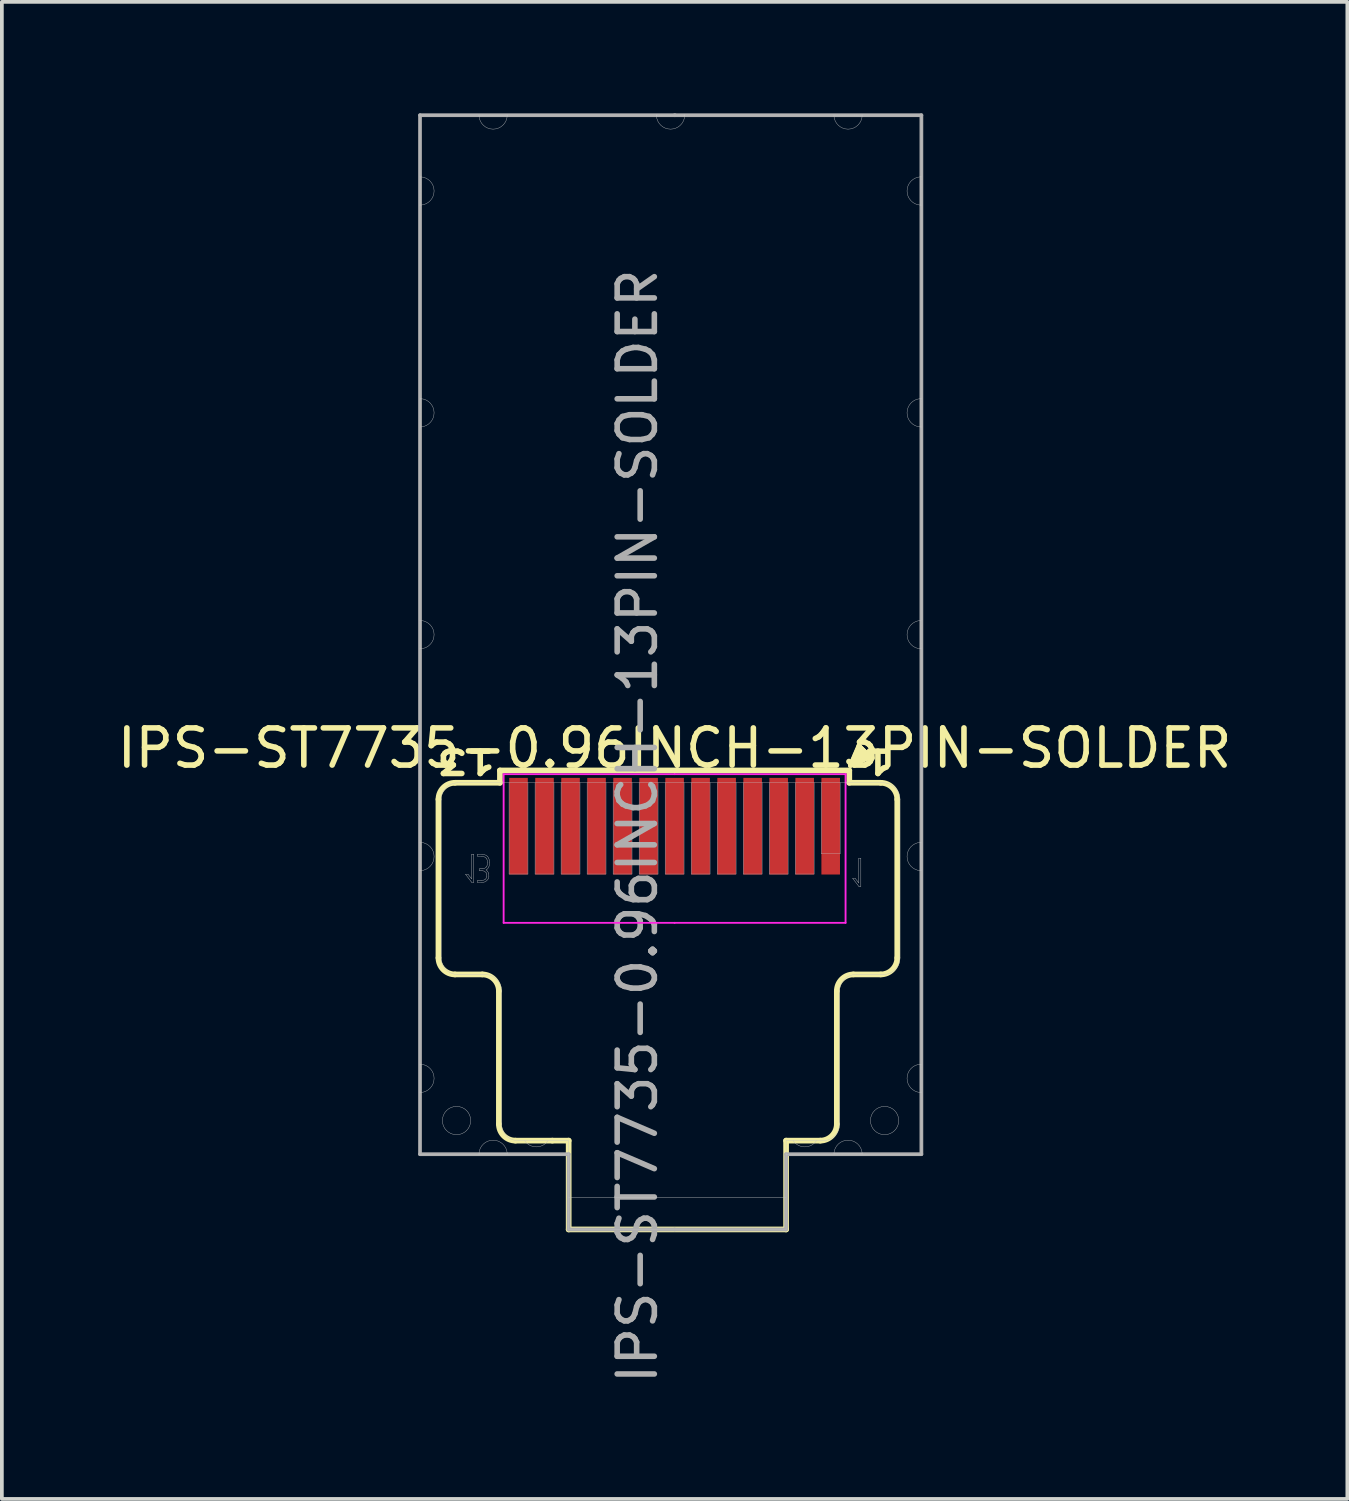
<source format=kicad_pcb>
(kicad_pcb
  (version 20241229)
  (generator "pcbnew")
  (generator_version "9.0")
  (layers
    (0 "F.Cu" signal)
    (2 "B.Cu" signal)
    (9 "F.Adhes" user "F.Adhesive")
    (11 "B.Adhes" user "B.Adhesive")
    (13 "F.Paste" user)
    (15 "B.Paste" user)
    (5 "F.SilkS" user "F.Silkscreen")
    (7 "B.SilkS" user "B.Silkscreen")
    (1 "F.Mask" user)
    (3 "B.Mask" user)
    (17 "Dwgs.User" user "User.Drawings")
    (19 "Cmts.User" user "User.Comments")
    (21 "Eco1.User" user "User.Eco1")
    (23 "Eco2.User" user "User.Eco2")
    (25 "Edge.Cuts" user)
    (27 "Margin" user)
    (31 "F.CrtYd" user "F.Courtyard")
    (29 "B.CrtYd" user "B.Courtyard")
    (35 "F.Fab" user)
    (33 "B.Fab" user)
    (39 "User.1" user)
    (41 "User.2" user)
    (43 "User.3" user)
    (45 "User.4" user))
  (footprint "IPS-ST7735-0.96INCH-13PIN-SOLDER"
    (layer "F.Cu")
    (at 15.101 19.18)
    (property "Reference" "IPS-ST7735-0.96INCH-13PIN-SOLDER" (at 0 -2.1 0) (layer "F.SilkS") (effects (font (size 1 1) (thickness 0.15))))
    (attr smd exclude_from_pos_files)
    (fp_line (start -6.354 -0.722) (end -6.354 3.543) (stroke (width 0.153) (type solid)) (layer "F.SilkS"))
    (fp_line (start -5.908 3.988) (end -5.174 3.988) (stroke (width 0.153) (type solid)) (layer "F.SilkS"))
    (fp_line (start -4.728 4.434) (end -4.728 8.014) (stroke (width 0.153) (type solid)) (layer "F.SilkS"))
    (fp_line (start -4.7 -1.5) (end -4.7 -1.168) (stroke (width 0.153) (type default)) (layer "F.SilkS"))
    (fp_line (start -4.7 -1.168) (end -5.908 -1.168) (stroke (width 0.153) (type solid)) (layer "F.SilkS"))
    (fp_line (start -4.282 8.46) (end -3.289 8.46) (stroke (width 0.153) (type solid)) (layer "F.SilkS"))
    (fp_line (start -3.289 8.46) (end -2.85 8.46) (stroke (width 0.153) (type default)) (layer "F.SilkS"))
    (fp_line (start -2.85 8.46) (end -2.85 10.85) (stroke (width 0.153) (type default)) (layer "F.SilkS"))
    (fp_line (start -2.85 10.85) (end 3 10.85) (stroke (width 0.153) (type default)) (layer "F.SilkS"))
    (fp_line (start 3 10.85) (end 3 8.46) (stroke (width 0.153) (type default)) (layer "F.SilkS"))
    (fp_line (start 3.92 8.46) (end 3 8.46) (stroke (width 0.153) (type default)) (layer "F.SilkS"))
    (fp_line (start 4.365 8.014) (end 4.365 4.434) (stroke (width 0.153) (type solid)) (layer "F.SilkS"))
    (fp_line (start 4.7 -1.5) (end -4.7 -1.5) (stroke (width 0.153) (type solid)) (layer "F.SilkS"))
    (fp_line (start 4.7 -1.5) (end 4.7 -1.168) (stroke (width 0.153) (type default)) (layer "F.SilkS"))
    (fp_line (start 4.811 3.988) (end 5.545 3.988) (stroke (width 0.153) (type solid)) (layer "F.SilkS"))
    (fp_line (start 5.545 -1.168) (end 4.7 -1.168) (stroke (width 0.153) (type solid)) (layer "F.SilkS"))
    (fp_line (start 5.991 3.543) (end 5.991 -0.722) (stroke (width 0.153) (type solid)) (layer "F.SilkS"))
    (fp_arc (start -6.35353 -0.72194) (mid -6.222967 -1.037147) (end -5.90776 -1.16771) (stroke (width 0.153) (type solid)) (layer "F.SilkS"))
    (fp_arc (start -5.90776 3.98849) (mid -6.222967 3.857927) (end -6.35353 3.54272) (stroke (width 0.153) (type solid)) (layer "F.SilkS"))
    (fp_arc (start -5.1737 3.98849) (mid -4.858493 4.119053) (end -4.72793 4.43426) (stroke (width 0.153) (type solid)) (layer "F.SilkS"))
    (fp_arc (start -4.28216 8.45997) (mid -4.597367 8.329407) (end -4.72793 8.0142) (stroke (width 0.153) (type solid)) (layer "F.SilkS"))
    (fp_arc (start 4.36527 4.43426) (mid 4.495833 4.119053) (end 4.81104 3.98849) (stroke (width 0.153) (type solid)) (layer "F.SilkS"))
    (fp_arc (start 4.36527 8.0142) (mid 4.234707 8.329407) (end 3.9195 8.45997) (stroke (width 0.153) (type solid)) (layer "F.SilkS"))
    (fp_arc (start 5.5451 -1.16771) (mid 5.860307 -1.037147) (end 5.99087 -0.72194) (stroke (width 0.153) (type solid)) (layer "F.SilkS"))
    (fp_arc (start 5.99087 3.54272) (mid 5.860307 3.857927) (end 5.5451 3.98849) (stroke (width 0.153) (type solid)) (layer "F.SilkS"))
    (fp_line (start -6.852 -19.136) (end -5.265 -19.136) (stroke (width 0.01) (type solid)) (layer "Dwgs.User"))
    (fp_line (start -6.852 -17.473) (end -6.852 -19.136) (stroke (width 0.01) (type solid)) (layer "Dwgs.User"))
    (fp_line (start -6.852 -11.504) (end -6.852 -16.711) (stroke (width 0.01) (type solid)) (layer "Dwgs.User"))
    (fp_line (start -6.852 -5.535) (end -6.852 -10.742) (stroke (width 0.01) (type solid)) (layer "Dwgs.User"))
    (fp_line (start -6.852 0.434) (end -6.852 -4.773) (stroke (width 0.01) (type solid)) (layer "Dwgs.User"))
    (fp_line (start -6.852 6.403) (end -6.852 1.196) (stroke (width 0.01) (type solid)) (layer "Dwgs.User"))
    (fp_line (start -6.852 8.829) (end -6.852 7.165) (stroke (width 0.01) (type solid)) (layer "Dwgs.User"))
    (fp_line (start -6.85 -17.473) (end -6.827 -17.473) (stroke (width 0.01) (type solid)) (layer "Dwgs.User"))
    (fp_line (start -6.85 -16.711) (end -6.827 -16.711) (stroke (width 0.01) (type solid)) (layer "Dwgs.User"))
    (fp_line (start -6.85 -11.504) (end -6.827 -11.504) (stroke (width 0.01) (type solid)) (layer "Dwgs.User"))
    (fp_line (start -6.85 -10.742) (end -6.827 -10.742) (stroke (width 0.01) (type solid)) (layer "Dwgs.User"))
    (fp_line (start -6.85 -5.535) (end -6.827 -5.535) (stroke (width 0.01) (type solid)) (layer "Dwgs.User"))
    (fp_line (start -6.85 -4.773) (end -6.827 -4.773) (stroke (width 0.01) (type solid)) (layer "Dwgs.User"))
    (fp_line (start -6.85 0.434) (end -6.827 0.434) (stroke (width 0.01) (type solid)) (layer "Dwgs.User"))
    (fp_line (start -6.85 1.196) (end -6.827 1.196) (stroke (width 0.01) (type solid)) (layer "Dwgs.User"))
    (fp_line (start -6.85 6.403) (end -6.827 6.403) (stroke (width 0.01) (type solid)) (layer "Dwgs.User"))
    (fp_line (start -6.85 7.165) (end -6.827 7.165) (stroke (width 0.01) (type solid)) (layer "Dwgs.User"))
    (fp_line (start -6.827 -17.473) (end -6.827 -17.472) (stroke (width 0.01) (type solid)) (layer "Dwgs.User"))
    (fp_line (start -6.827 -16.711) (end -6.827 -17.472) (stroke (width 0.01) (type solid)) (layer "Dwgs.User"))
    (fp_line (start -6.827 -16.711) (end -6.827 -16.711) (stroke (width 0.01) (type solid)) (layer "Dwgs.User"))
    (fp_line (start -6.827 -11.504) (end -6.827 -11.503) (stroke (width 0.01) (type solid)) (layer "Dwgs.User"))
    (fp_line (start -6.827 -10.742) (end -6.827 -11.503) (stroke (width 0.01) (type solid)) (layer "Dwgs.User"))
    (fp_line (start -6.827 -10.742) (end -6.827 -10.742) (stroke (width 0.01) (type solid)) (layer "Dwgs.User"))
    (fp_line (start -6.827 -5.535) (end -6.827 -5.534) (stroke (width 0.01) (type solid)) (layer "Dwgs.User"))
    (fp_line (start -6.827 -4.773) (end -6.827 -5.534) (stroke (width 0.01) (type solid)) (layer "Dwgs.User"))
    (fp_line (start -6.827 -4.773) (end -6.827 -4.773) (stroke (width 0.01) (type solid)) (layer "Dwgs.User"))
    (fp_line (start -6.827 0.434) (end -6.827 0.435) (stroke (width 0.01) (type solid)) (layer "Dwgs.User"))
    (fp_line (start -6.827 1.196) (end -6.827 0.435) (stroke (width 0.01) (type solid)) (layer "Dwgs.User"))
    (fp_line (start -6.827 1.196) (end -6.827 1.196) (stroke (width 0.01) (type solid)) (layer "Dwgs.User"))
    (fp_line (start -6.827 6.403) (end -6.827 6.404) (stroke (width 0.01) (type solid)) (layer "Dwgs.User"))
    (fp_line (start -6.827 7.165) (end -6.827 6.404) (stroke (width 0.01) (type solid)) (layer "Dwgs.User"))
    (fp_line (start -6.827 7.165) (end -6.827 7.165) (stroke (width 0.01) (type solid)) (layer "Dwgs.User"))
    (fp_line (start -6.281 3.544) (end -6.281 -0.721) (stroke (width 0.01) (type solid)) (layer "Dwgs.User"))
    (fp_line (start -5.835 -1.167) (end -4.454 -1.167) (stroke (width 0.01) (type solid)) (layer "Dwgs.User"))
    (fp_line (start -5.265 8.829) (end -6.852 8.829) (stroke (width 0.01) (type solid)) (layer "Dwgs.User"))
    (fp_line (start -5.264 -19.111) (end -4.503 -19.111) (stroke (width 0.01) (type solid)) (layer "Dwgs.User"))
    (fp_line (start -5.101 3.989) (end -5.835 3.989) (stroke (width 0.01) (type solid)) (layer "Dwgs.User"))
    (fp_line (start -4.655 8.015) (end -4.655 4.435) (stroke (width 0.01) (type solid)) (layer "Dwgs.User"))
    (fp_line (start -4.503 8.804) (end -5.264 8.804) (stroke (width 0.01) (type solid)) (layer "Dwgs.User"))
    (fp_line (start -4.503 -19.136) (end -0.489 -19.136) (stroke (width 0.01) (type solid)) (layer "Dwgs.User"))
    (fp_line (start -4.454 -1.167) (end -4.454 1.287) (stroke (width 0.01) (type solid)) (layer "Dwgs.User"))
    (fp_line (start -4.454 1.287) (end -3.946 1.287) (stroke (width 0.01) (type solid)) (layer "Dwgs.User"))
    (fp_line (start -3.946 -1.167) (end -4.454 -1.167) (stroke (width 0.01) (type solid)) (layer "Dwgs.User"))
    (fp_line (start -3.946 -1.167) (end -3.754 -1.167) (stroke (width 0.01) (type solid)) (layer "Dwgs.User"))
    (fp_line (start -3.946 1.287) (end -3.946 -1.167) (stroke (width 0.01) (type solid)) (layer "Dwgs.User"))
    (fp_line (start -3.754 -1.167) (end -3.754 1.287) (stroke (width 0.01) (type solid)) (layer "Dwgs.User"))
    (fp_line (start -3.754 1.287) (end -3.246 1.287) (stroke (width 0.01) (type solid)) (layer "Dwgs.User"))
    (fp_line (start -3.246 -1.167) (end -3.754 -1.167) (stroke (width 0.01) (type solid)) (layer "Dwgs.User"))
    (fp_line (start -3.246 -1.167) (end -3.054 -1.167) (stroke (width 0.01) (type solid)) (layer "Dwgs.User"))
    (fp_line (start -3.246 1.287) (end -3.246 -1.167) (stroke (width 0.01) (type solid)) (layer "Dwgs.User"))
    (fp_line (start -3.054 -1.167) (end -3.054 1.287) (stroke (width 0.01) (type solid)) (layer "Dwgs.User"))
    (fp_line (start -3.054 1.287) (end -2.546 1.287) (stroke (width 0.01) (type solid)) (layer "Dwgs.User"))
    (fp_line (start -2.853 8.461) (end -4.209 8.461) (stroke (width 0.01) (type solid)) (layer "Dwgs.User"))
    (fp_line (start -2.853 8.829) (end -4.503 8.829) (stroke (width 0.01) (type solid)) (layer "Dwgs.User"))
    (fp_line (start -2.853 9.984) (end -2.853 8.461) (stroke (width 0.01) (type solid)) (layer "Dwgs.User"))
    (fp_line (start -2.853 9.984) (end 2.999 9.984) (stroke (width 0.01) (type solid)) (layer "Dwgs.User"))
    (fp_line (start -2.853 10.851) (end 2.999 10.851) (stroke (width 0.01) (type solid)) (layer "Dwgs.User"))
    (fp_line (start -2.546 -1.167) (end -3.054 -1.167) (stroke (width 0.01) (type solid)) (layer "Dwgs.User"))
    (fp_line (start -2.546 -1.167) (end -2.354 -1.167) (stroke (width 0.01) (type solid)) (layer "Dwgs.User"))
    (fp_line (start -2.546 1.287) (end -2.546 -1.167) (stroke (width 0.01) (type solid)) (layer "Dwgs.User"))
    (fp_line (start -2.354 -1.167) (end -2.354 1.287) (stroke (width 0.01) (type solid)) (layer "Dwgs.User"))
    (fp_line (start -2.354 1.287) (end -1.846 1.287) (stroke (width 0.01) (type solid)) (layer "Dwgs.User"))
    (fp_line (start -1.846 -1.167) (end -2.354 -1.167) (stroke (width 0.01) (type solid)) (layer "Dwgs.User"))
    (fp_line (start -1.846 -1.167) (end -1.654 -1.167) (stroke (width 0.01) (type solid)) (layer "Dwgs.User"))
    (fp_line (start -1.846 1.287) (end -1.846 -1.167) (stroke (width 0.01) (type solid)) (layer "Dwgs.User"))
    (fp_line (start -1.654 -1.167) (end -1.654 1.287) (stroke (width 0.01) (type solid)) (layer "Dwgs.User"))
    (fp_line (start -1.654 1.287) (end -1.146 1.287) (stroke (width 0.01) (type solid)) (layer "Dwgs.User"))
    (fp_line (start -1.146 -1.167) (end -1.654 -1.167) (stroke (width 0.01) (type solid)) (layer "Dwgs.User"))
    (fp_line (start -1.146 -1.167) (end -0.954 -1.167) (stroke (width 0.01) (type solid)) (layer "Dwgs.User"))
    (fp_line (start -1.146 1.287) (end -1.146 -1.167) (stroke (width 0.01) (type solid)) (layer "Dwgs.User"))
    (fp_line (start -0.954 -1.167) (end -0.954 1.287) (stroke (width 0.01) (type solid)) (layer "Dwgs.User"))
    (fp_line (start -0.954 1.287) (end -0.446 1.287) (stroke (width 0.01) (type solid)) (layer "Dwgs.User"))
    (fp_line (start -0.489 -19.136) (end -0.489 -19.111) (stroke (width 0.01) (type solid)) (layer "Dwgs.User"))
    (fp_line (start -0.489 -19.136) (end -0.489 -19.136) (stroke (width 0.01) (type solid)) (layer "Dwgs.User"))
    (fp_line (start -0.489 -19.136) (end -0.489 -19.111) (stroke (width 0.01) (type solid)) (layer "Dwgs.User"))
    (fp_line (start -0.489 -19.111) (end -0.489 -19.111) (stroke (width 0.01) (type solid)) (layer "Dwgs.User"))
    (fp_line (start -0.489 -19.111) (end 0.272 -19.111) (stroke (width 0.01) (type solid)) (layer "Dwgs.User"))
    (fp_line (start -0.446 -1.167) (end -0.954 -1.167) (stroke (width 0.01) (type solid)) (layer "Dwgs.User"))
    (fp_line (start -0.446 -1.167) (end -0.254 -1.167) (stroke (width 0.01) (type solid)) (layer "Dwgs.User"))
    (fp_line (start -0.446 1.287) (end -0.446 -1.167) (stroke (width 0.01) (type solid)) (layer "Dwgs.User"))
    (fp_line (start -0.254 -1.167) (end -0.254 1.287) (stroke (width 0.01) (type solid)) (layer "Dwgs.User"))
    (fp_line (start -0.254 1.287) (end 0.254 1.287) (stroke (width 0.01) (type solid)) (layer "Dwgs.User"))
    (fp_line (start 0.254 -1.167) (end -0.254 -1.167) (stroke (width 0.01) (type solid)) (layer "Dwgs.User"))
    (fp_line (start 0.254 -1.167) (end 0.446 -1.167) (stroke (width 0.01) (type solid)) (layer "Dwgs.User"))
    (fp_line (start 0.254 1.287) (end 0.254 -1.167) (stroke (width 0.01) (type solid)) (layer "Dwgs.User"))
    (fp_line (start 0.272 -19.136) (end 0.272 -19.111) (stroke (width 0.01) (type solid)) (layer "Dwgs.User"))
    (fp_line (start 0.272 -19.136) (end 0.273 -19.136) (stroke (width 0.01) (type solid)) (layer "Dwgs.User"))
    (fp_line (start 0.273 -19.136) (end 0.273 -19.111) (stroke (width 0.01) (type solid)) (layer "Dwgs.User"))
    (fp_line (start 0.273 -19.136) (end 4.286 -19.136) (stroke (width 0.01) (type solid)) (layer "Dwgs.User"))
    (fp_line (start 0.273 -19.111) (end 0.272 -19.111) (stroke (width 0.01) (type solid)) (layer "Dwgs.User"))
    (fp_line (start 0.446 -1.167) (end 0.446 1.287) (stroke (width 0.01) (type solid)) (layer "Dwgs.User"))
    (fp_line (start 0.446 1.287) (end 0.954 1.287) (stroke (width 0.01) (type solid)) (layer "Dwgs.User"))
    (fp_line (start 0.954 -1.167) (end 0.446 -1.167) (stroke (width 0.01) (type solid)) (layer "Dwgs.User"))
    (fp_line (start 0.954 -1.167) (end 1.146 -1.167) (stroke (width 0.01) (type solid)) (layer "Dwgs.User"))
    (fp_line (start 0.954 1.287) (end 0.954 -1.167) (stroke (width 0.01) (type solid)) (layer "Dwgs.User"))
    (fp_line (start 1.146 -1.167) (end 1.146 1.287) (stroke (width 0.01) (type solid)) (layer "Dwgs.User"))
    (fp_line (start 1.146 1.287) (end 1.654 1.287) (stroke (width 0.01) (type solid)) (layer "Dwgs.User"))
    (fp_line (start 1.654 -1.167) (end 1.146 -1.167) (stroke (width 0.01) (type solid)) (layer "Dwgs.User"))
    (fp_line (start 1.654 -1.167) (end 1.846 -1.167) (stroke (width 0.01) (type solid)) (layer "Dwgs.User"))
    (fp_line (start 1.654 1.287) (end 1.654 -1.167) (stroke (width 0.01) (type solid)) (layer "Dwgs.User"))
    (fp_line (start 1.846 -1.167) (end 1.846 1.287) (stroke (width 0.01) (type solid)) (layer "Dwgs.User"))
    (fp_line (start 1.846 1.287) (end 2.354 1.287) (stroke (width 0.01) (type solid)) (layer "Dwgs.User"))
    (fp_line (start 2.354 -1.167) (end 1.846 -1.167) (stroke (width 0.01) (type solid)) (layer "Dwgs.User"))
    (fp_line (start 2.354 -1.167) (end 2.546 -1.167) (stroke (width 0.01) (type solid)) (layer "Dwgs.User"))
    (fp_line (start 2.354 1.287) (end 2.354 -1.167) (stroke (width 0.01) (type solid)) (layer "Dwgs.User"))
    (fp_line (start 2.546 -1.167) (end 2.546 1.287) (stroke (width 0.01) (type solid)) (layer "Dwgs.User"))
    (fp_line (start 2.546 1.287) (end 3.054 1.287) (stroke (width 0.01) (type solid)) (layer "Dwgs.User"))
    (fp_line (start 2.999 9.984) (end 2.999 8.461) (stroke (width 0.01) (type solid)) (layer "Dwgs.User"))
    (fp_line (start 3.054 -1.167) (end 2.546 -1.167) (stroke (width 0.01) (type solid)) (layer "Dwgs.User"))
    (fp_line (start 3.054 -1.167) (end 3.246 -1.167) (stroke (width 0.01) (type solid)) (layer "Dwgs.User"))
    (fp_line (start 3.054 1.287) (end 3.054 -1.167) (stroke (width 0.01) (type solid)) (layer "Dwgs.User"))
    (fp_line (start 3.246 -1.167) (end 3.246 1.287) (stroke (width 0.01) (type solid)) (layer "Dwgs.User"))
    (fp_line (start 3.246 1.287) (end 3.754 1.287) (stroke (width 0.01) (type solid)) (layer "Dwgs.User"))
    (fp_line (start 3.754 -1.167) (end 3.246 -1.167) (stroke (width 0.01) (type solid)) (layer "Dwgs.User"))
    (fp_line (start 3.754 -1.167) (end 3.946 -1.167) (stroke (width 0.01) (type solid)) (layer "Dwgs.User"))
    (fp_line (start 3.754 1.287) (end 3.754 -1.167) (stroke (width 0.01) (type solid)) (layer "Dwgs.User"))
    (fp_line (start 3.946 -1.167) (end 3.946 0.742) (stroke (width 0.01) (type solid)) (layer "Dwgs.User"))
    (fp_line (start 3.946 0.742) (end 4.454 0.742) (stroke (width 0.01) (type solid)) (layer "Dwgs.User"))
    (fp_line (start 3.992 8.461) (end 2.999 8.461) (stroke (width 0.01) (type solid)) (layer "Dwgs.User"))
    (fp_line (start 4.286 8.829) (end 2.999 8.829) (stroke (width 0.01) (type solid)) (layer "Dwgs.User"))
    (fp_line (start 4.287 -19.111) (end 5.047 -19.111) (stroke (width 0.01) (type solid)) (layer "Dwgs.User"))
    (fp_line (start 4.438 4.435) (end 4.438 8.015) (stroke (width 0.01) (type solid)) (layer "Dwgs.User"))
    (fp_line (start 4.454 -1.167) (end 3.946 -1.167) (stroke (width 0.01) (type solid)) (layer "Dwgs.User"))
    (fp_line (start 4.454 -1.167) (end 5.618 -1.167) (stroke (width 0.01) (type solid)) (layer "Dwgs.User"))
    (fp_line (start 4.454 0.742) (end 4.454 -1.167) (stroke (width 0.01) (type solid)) (layer "Dwgs.User"))
    (fp_line (start 5.047 8.804) (end 4.287 8.804) (stroke (width 0.01) (type solid)) (layer "Dwgs.User"))
    (fp_line (start 5.048 -19.136) (end 6.635 -19.136) (stroke (width 0.01) (type solid)) (layer "Dwgs.User"))
    (fp_line (start 5.618 3.989) (end 4.884 3.989) (stroke (width 0.01) (type solid)) (layer "Dwgs.User"))
    (fp_line (start 6.064 -0.721) (end 6.064 3.544) (stroke (width 0.01) (type solid)) (layer "Dwgs.User"))
    (fp_line (start 6.61 -17.472) (end 6.61 -17.473) (stroke (width 0.01) (type solid)) (layer "Dwgs.User"))
    (fp_line (start 6.61 -17.472) (end 6.61 -16.711) (stroke (width 0.01) (type solid)) (layer "Dwgs.User"))
    (fp_line (start 6.61 -16.711) (end 6.61 -16.711) (stroke (width 0.01) (type solid)) (layer "Dwgs.User"))
    (fp_line (start 6.61 -11.503) (end 6.61 -11.504) (stroke (width 0.01) (type solid)) (layer "Dwgs.User"))
    (fp_line (start 6.61 -11.503) (end 6.61 -10.742) (stroke (width 0.01) (type solid)) (layer "Dwgs.User"))
    (fp_line (start 6.61 -10.742) (end 6.61 -10.742) (stroke (width 0.01) (type solid)) (layer "Dwgs.User"))
    (fp_line (start 6.61 -5.534) (end 6.61 -5.535) (stroke (width 0.01) (type solid)) (layer "Dwgs.User"))
    (fp_line (start 6.61 -5.534) (end 6.61 -4.773) (stroke (width 0.01) (type solid)) (layer "Dwgs.User"))
    (fp_line (start 6.61 -4.773) (end 6.61 -4.773) (stroke (width 0.01) (type solid)) (layer "Dwgs.User"))
    (fp_line (start 6.61 0.435) (end 6.61 0.434) (stroke (width 0.01) (type solid)) (layer "Dwgs.User"))
    (fp_line (start 6.61 0.435) (end 6.61 1.196) (stroke (width 0.01) (type solid)) (layer "Dwgs.User"))
    (fp_line (start 6.61 1.196) (end 6.61 1.196) (stroke (width 0.01) (type solid)) (layer "Dwgs.User"))
    (fp_line (start 6.61 6.404) (end 6.61 6.403) (stroke (width 0.01) (type solid)) (layer "Dwgs.User"))
    (fp_line (start 6.61 6.404) (end 6.61 7.165) (stroke (width 0.01) (type solid)) (layer "Dwgs.User"))
    (fp_line (start 6.61 7.165) (end 6.61 7.165) (stroke (width 0.01) (type solid)) (layer "Dwgs.User"))
    (fp_line (start 6.633 -17.473) (end 6.61 -17.473) (stroke (width 0.01) (type solid)) (layer "Dwgs.User"))
    (fp_line (start 6.633 -16.711) (end 6.61 -16.711) (stroke (width 0.01) (type solid)) (layer "Dwgs.User"))
    (fp_line (start 6.633 -11.504) (end 6.61 -11.504) (stroke (width 0.01) (type solid)) (layer "Dwgs.User"))
    (fp_line (start 6.633 -10.742) (end 6.61 -10.742) (stroke (width 0.01) (type solid)) (layer "Dwgs.User"))
    (fp_line (start 6.633 -5.535) (end 6.61 -5.535) (stroke (width 0.01) (type solid)) (layer "Dwgs.User"))
    (fp_line (start 6.633 -4.773) (end 6.61 -4.773) (stroke (width 0.01) (type solid)) (layer "Dwgs.User"))
    (fp_line (start 6.633 0.434) (end 6.61 0.434) (stroke (width 0.01) (type solid)) (layer "Dwgs.User"))
    (fp_line (start 6.633 1.196) (end 6.61 1.196) (stroke (width 0.01) (type solid)) (layer "Dwgs.User"))
    (fp_line (start 6.633 6.403) (end 6.61 6.403) (stroke (width 0.01) (type solid)) (layer "Dwgs.User"))
    (fp_line (start 6.633 7.165) (end 6.61 7.165) (stroke (width 0.01) (type solid)) (layer "Dwgs.User"))
    (fp_line (start 6.635 -19.136) (end 6.635 -17.473) (stroke (width 0.01) (type solid)) (layer "Dwgs.User"))
    (fp_line (start 6.635 -16.711) (end 6.635 -11.504) (stroke (width 0.01) (type solid)) (layer "Dwgs.User"))
    (fp_line (start 6.635 -10.742) (end 6.635 -5.535) (stroke (width 0.01) (type solid)) (layer "Dwgs.User"))
    (fp_line (start 6.635 -4.773) (end 6.635 0.434) (stroke (width 0.01) (type solid)) (layer "Dwgs.User"))
    (fp_line (start 6.635 1.196) (end 6.635 6.403) (stroke (width 0.01) (type solid)) (layer "Dwgs.User"))
    (fp_line (start 6.635 7.165) (end 6.635 8.829) (stroke (width 0.01) (type solid)) (layer "Dwgs.User"))
    (fp_line (start 6.635 8.829) (end 5.048 8.829) (stroke (width 0.01) (type solid)) (layer "Dwgs.User"))
    (fp_arc (start -6.852084 -17.47251) (mid -6.850814 -17.472508) (end -6.849544 -17.472502) (stroke (width 0.01) (type solid)) (layer "Dwgs.User"))
    (fp_arc (start -6.852084 -11.50351) (mid -6.850814 -11.503508) (end -6.849544 -11.503502) (stroke (width 0.01) (type solid)) (layer "Dwgs.User"))
    (fp_arc (start -6.852084 -5.53451) (mid -6.850814 -5.534508) (end -6.849544 -5.534502) (stroke (width 0.01) (type solid)) (layer "Dwgs.User"))
    (fp_arc (start -6.852084 0.43449) (mid -6.850814 0.434492) (end -6.849544 0.434498) (stroke (width 0.01) (type solid)) (layer "Dwgs.User"))
    (fp_arc (start -6.852084 6.40349) (mid -6.850814 6.403492) (end -6.849544 6.403498) (stroke (width 0.01) (type solid)) (layer "Dwgs.User"))
    (fp_arc (start -6.849544 -16.710518) (mid -6.850814 -16.710512) (end -6.852084 -16.71051) (stroke (width 0.01) (type solid)) (layer "Dwgs.User"))
    (fp_arc (start -6.849544 -10.741518) (mid -6.850814 -10.741512) (end -6.852084 -10.74151) (stroke (width 0.01) (type solid)) (layer "Dwgs.User"))
    (fp_arc (start -6.849544 -4.772518) (mid -6.850814 -4.772512) (end -6.852084 -4.77251) (stroke (width 0.01) (type solid)) (layer "Dwgs.User"))
    (fp_arc (start -6.849544 1.196482) (mid -6.850814 1.196488) (end -6.852084 1.19649) (stroke (width 0.01) (type solid)) (layer "Dwgs.User"))
    (fp_arc (start -6.849544 7.165482) (mid -6.850814 7.165488) (end -6.852084 7.16549) (stroke (width 0.01) (type solid)) (layer "Dwgs.User"))
    (fp_arc (start -6.826684 -17.471662) (mid -6.471084 -17.091511) (end -6.826681 -16.711358) (stroke (width 0.01) (type solid)) (layer "Dwgs.User"))
    (fp_arc (start -6.826684 -11.502662) (mid -6.471084 -11.122511) (end -6.826681 -10.742358) (stroke (width 0.01) (type solid)) (layer "Dwgs.User"))
    (fp_arc (start -6.826684 -5.533662) (mid -6.471084 -5.153511) (end -6.826681 -4.773358) (stroke (width 0.01) (type solid)) (layer "Dwgs.User"))
    (fp_arc (start -6.826684 0.435338) (mid -6.471084 0.815489) (end -6.826681 1.195642) (stroke (width 0.01) (type solid)) (layer "Dwgs.User"))
    (fp_arc (start -6.826684 6.404338) (mid -6.471084 6.784489) (end -6.826681 7.164642) (stroke (width 0.01) (type solid)) (layer "Dwgs.User"))
    (fp_arc (start -6.280584 -0.72115) (mid -6.150021 -1.036357) (end -5.834814 -1.16692) (stroke (width 0.01) (type solid)) (layer "Dwgs.User"))
    (fp_arc (start -5.834814 3.98928) (mid -6.150021 3.858717) (end -6.280584 3.54351) (stroke (width 0.01) (type solid)) (layer "Dwgs.User"))
    (fp_arc (start -5.264584 8.82919) (mid -5.264372 8.816483) (end -5.263736 8.80379) (stroke (width 0.01) (type solid)) (layer "Dwgs.User"))
    (fp_arc (start -5.263736 -19.11081) (mid -5.264372 -19.123503) (end -5.264584 -19.13621) (stroke (width 0.01) (type solid)) (layer "Dwgs.User"))
    (fp_arc (start -5.263736 8.80379) (mid -4.883584 8.44819) (end -4.503432 8.80379) (stroke (width 0.01) (type solid)) (layer "Dwgs.User"))
    (fp_arc (start -5.100754 3.98928) (mid -4.785547 4.119843) (end -4.654984 4.43505) (stroke (width 0.01) (type solid)) (layer "Dwgs.User"))
    (fp_arc (start -4.503432 -19.11081) (mid -4.883584 -18.75521) (end -5.263736 -19.11081) (stroke (width 0.01) (type solid)) (layer "Dwgs.User"))
    (fp_arc (start -4.503432 8.80379) (mid -4.502796 8.816483) (end -4.502584 8.82919) (stroke (width 0.01) (type solid)) (layer "Dwgs.User"))
    (fp_arc (start -4.502584 -19.13621) (mid -4.502796 -19.123503) (end -4.503432 -19.11081) (stroke (width 0.01) (type solid)) (layer "Dwgs.User"))
    (fp_arc (start -4.209214 8.46076) (mid -4.524421 8.330197) (end -4.654984 8.01499) (stroke (width 0.01) (type solid)) (layer "Dwgs.User"))
    (fp_arc (start -3.404371 8.460829) (mid -3.719634 8.62789) (end -4.034897 8.460829) (stroke (width 0.01) (type solid)) (layer "Dwgs.User"))
    (fp_arc (start 0.271768 -19.11081) (mid -0.108384 -18.75521) (end -0.488536 -19.11081) (stroke (width 0.01) (type solid)) (layer "Dwgs.User"))
    (fp_arc (start 3.818129 8.460829) (mid 3.502866 8.62789) (end 3.187603 8.460829) (stroke (width 0.01) (type solid)) (layer "Dwgs.User"))
    (fp_arc (start 4.285816 8.82919) (mid 4.286028 8.816483) (end 4.286664 8.80379) (stroke (width 0.01) (type solid)) (layer "Dwgs.User"))
    (fp_arc (start 4.286664 -19.11081) (mid 4.286028 -19.123503) (end 4.285816 -19.13621) (stroke (width 0.01) (type solid)) (layer "Dwgs.User"))
    (fp_arc (start 4.286664 8.80379) (mid 4.666816 8.44819) (end 5.046968 8.80379) (stroke (width 0.01) (type solid)) (layer "Dwgs.User"))
    (fp_arc (start 4.438216 4.43505) (mid 4.568779 4.119843) (end 4.883986 3.98928) (stroke (width 0.01) (type solid)) (layer "Dwgs.User"))
    (fp_arc (start 4.438216 8.01499) (mid 4.307653 8.330197) (end 3.992446 8.46076) (stroke (width 0.01) (type solid)) (layer "Dwgs.User"))
    (fp_arc (start 5.046968 -19.11081) (mid 4.666816 -18.75521) (end 4.286664 -19.11081) (stroke (width 0.01) (type solid)) (layer "Dwgs.User"))
    (fp_arc (start 5.046968 8.80379) (mid 5.047604 8.816483) (end 5.047816 8.82919) (stroke (width 0.01) (type solid)) (layer "Dwgs.User"))
    (fp_arc (start 5.047816 -19.13621) (mid 5.047604 -19.123503) (end 5.046968 -19.11081) (stroke (width 0.01) (type solid)) (layer "Dwgs.User"))
    (fp_arc (start 5.618046 -1.16692) (mid 5.933253 -1.036357) (end 6.063816 -0.72115) (stroke (width 0.01) (type solid)) (layer "Dwgs.User"))
    (fp_arc (start 6.063816 3.54351) (mid 5.933253 3.858717) (end 5.618046 3.98928) (stroke (width 0.01) (type solid)) (layer "Dwgs.User"))
    (fp_arc (start 6.609913 -16.711358) (mid 6.254316 -17.091511) (end 6.609916 -17.471662) (stroke (width 0.01) (type solid)) (layer "Dwgs.User"))
    (fp_arc (start 6.609913 -10.742358) (mid 6.254316 -11.122511) (end 6.609916 -11.502662) (stroke (width 0.01) (type solid)) (layer "Dwgs.User"))
    (fp_arc (start 6.609913 -4.773358) (mid 6.254316 -5.153511) (end 6.609916 -5.533662) (stroke (width 0.01) (type solid)) (layer "Dwgs.User"))
    (fp_arc (start 6.609913 1.195642) (mid 6.254316 0.815489) (end 6.609916 0.435338) (stroke (width 0.01) (type solid)) (layer "Dwgs.User"))
    (fp_arc (start 6.609913 7.164642) (mid 6.254316 6.784489) (end 6.609916 6.404338) (stroke (width 0.01) (type solid)) (layer "Dwgs.User"))
    (fp_arc (start 6.632776 -17.472502) (mid 6.634046 -17.472508) (end 6.635316 -17.47251) (stroke (width 0.01) (type solid)) (layer "Dwgs.User"))
    (fp_arc (start 6.632776 -11.503502) (mid 6.634046 -11.503508) (end 6.635316 -11.50351) (stroke (width 0.01) (type solid)) (layer "Dwgs.User"))
    (fp_arc (start 6.632776 -5.534502) (mid 6.634046 -5.534508) (end 6.635316 -5.53451) (stroke (width 0.01) (type solid)) (layer "Dwgs.User"))
    (fp_arc (start 6.632776 0.434498) (mid 6.634046 0.434492) (end 6.635316 0.43449) (stroke (width 0.01) (type solid)) (layer "Dwgs.User"))
    (fp_arc (start 6.632776 6.403498) (mid 6.634046 6.403492) (end 6.635316 6.40349) (stroke (width 0.01) (type solid)) (layer "Dwgs.User"))
    (fp_arc (start 6.635316 -16.71051) (mid 6.634046 -16.710512) (end 6.632776 -16.710518) (stroke (width 0.01) (type solid)) (layer "Dwgs.User"))
    (fp_arc (start 6.635316 -10.74151) (mid 6.634046 -10.741512) (end 6.632776 -10.741518) (stroke (width 0.01) (type solid)) (layer "Dwgs.User"))
    (fp_arc (start 6.635316 -4.77251) (mid 6.634046 -4.772512) (end 6.632776 -4.772518) (stroke (width 0.01) (type solid)) (layer "Dwgs.User"))
    (fp_arc (start 6.635316 1.19649) (mid 6.634046 1.196488) (end 6.632776 1.196482) (stroke (width 0.01) (type solid)) (layer "Dwgs.User"))
    (fp_arc (start 6.635316 7.16549) (mid 6.634046 7.165488) (end 6.632776 7.165482) (stroke (width 0.01) (type solid)) (layer "Dwgs.User"))
    (fp_circle (center -5.867 7.92) (end -5.867 7.539) (stroke (width 0.01) (type solid)) (fill no) (layer "Dwgs.User"))
    (fp_circle (center 5.65 7.92) (end 5.65 7.539) (stroke (width 0.01) (type solid)) (fill no) (layer "Dwgs.User"))
    (fp_curve (pts (xy -6.852 -17.473) (xy -6.852 -17.468) (xy -6.852 -17.463) (xy -6.852 -17.463)) (stroke (width 0.01) (type solid)) (layer "Dwgs.User"))
    (fp_curve (pts (xy -6.852 -17.463) (xy -6.852 -17.449) (xy -6.852 -17.435) (xy -6.852 -17.435)) (stroke (width 0.01) (type solid)) (layer "Dwgs.User"))
    (fp_curve (pts (xy -6.852 -17.435) (xy -6.852 -17.412) (xy -6.852 -17.389) (xy -6.852 -17.389)) (stroke (width 0.01) (type solid)) (layer "Dwgs.User"))
    (fp_curve (pts (xy -6.852 -17.389) (xy -6.852 -17.359) (xy -6.852 -17.329) (xy -6.852 -17.329)) (stroke (width 0.01) (type solid)) (layer "Dwgs.User"))
    (fp_curve (pts (xy -6.852 -17.329) (xy -6.852 -17.293) (xy -6.852 -17.257) (xy -6.852 -17.257)) (stroke (width 0.01) (type solid)) (layer "Dwgs.User"))
    (fp_curve (pts (xy -6.852 -17.257) (xy -6.852 -17.178) (xy -6.852 -17.092) (xy -6.852 -17.092)) (stroke (width 0.01) (type solid)) (layer "Dwgs.User"))
    (fp_curve (pts (xy -6.852 -17.092) (xy -6.852 -17.049) (xy -6.852 -17.007) (xy -6.852 -17.007)) (stroke (width 0.01) (type solid)) (layer "Dwgs.User"))
    (fp_curve (pts (xy -6.852 -17.007) (xy -6.852 -16.967) (xy -6.852 -16.926) (xy -6.852 -16.926)) (stroke (width 0.01) (type solid)) (layer "Dwgs.User"))
    (fp_curve (pts (xy -6.852 -16.926) (xy -6.852 -16.89) (xy -6.852 -16.854) (xy -6.852 -16.854)) (stroke (width 0.01) (type solid)) (layer "Dwgs.User"))
    (fp_curve (pts (xy -6.852 -16.854) (xy -6.852 -16.824) (xy -6.852 -16.794) (xy -6.852 -16.794)) (stroke (width 0.01) (type solid)) (layer "Dwgs.User"))
    (fp_curve (pts (xy -6.852 -16.794) (xy -6.852 -16.771) (xy -6.852 -16.748) (xy -6.852 -16.748)) (stroke (width 0.01) (type solid)) (layer "Dwgs.User"))
    (fp_curve (pts (xy -6.852 -16.748) (xy -6.852 -16.734) (xy -6.852 -16.72) (xy -6.852 -16.72)) (stroke (width 0.01) (type solid)) (layer "Dwgs.User"))
    (fp_curve (pts (xy -6.852 -16.72) (xy -6.852 -16.715) (xy -6.852 -16.711) (xy -6.852 -16.711)) (stroke (width 0.01) (type solid)) (layer "Dwgs.User"))
    (fp_curve (pts (xy -6.852 -11.504) (xy -6.852 -11.499) (xy -6.852 -11.494) (xy -6.852 -11.494)) (stroke (width 0.01) (type solid)) (layer "Dwgs.User"))
    (fp_curve (pts (xy -6.852 -11.494) (xy -6.852 -11.48) (xy -6.852 -11.466) (xy -6.852 -11.466)) (stroke (width 0.01) (type solid)) (layer "Dwgs.User"))
    (fp_curve (pts (xy -6.852 -11.466) (xy -6.852 -11.443) (xy -6.852 -11.42) (xy -6.852 -11.42)) (stroke (width 0.01) (type solid)) (layer "Dwgs.User"))
    (fp_curve (pts (xy -6.852 -11.42) (xy -6.852 -11.39) (xy -6.852 -11.36) (xy -6.852 -11.36)) (stroke (width 0.01) (type solid)) (layer "Dwgs.User"))
    (fp_curve (pts (xy -6.852 -11.36) (xy -6.852 -11.324) (xy -6.852 -11.288) (xy -6.852 -11.288)) (stroke (width 0.01) (type solid)) (layer "Dwgs.User"))
    (fp_curve (pts (xy -6.852 -11.288) (xy -6.852 -11.208) (xy -6.852 -11.123) (xy -6.852 -11.123)) (stroke (width 0.01) (type solid)) (layer "Dwgs.User"))
    (fp_curve (pts (xy -6.852 -11.123) (xy -6.852 -11.08) (xy -6.852 -11.038) (xy -6.852 -11.038)) (stroke (width 0.01) (type solid)) (layer "Dwgs.User"))
    (fp_curve (pts (xy -6.852 -11.038) (xy -6.852 -10.997) (xy -6.852 -10.957) (xy -6.852 -10.957)) (stroke (width 0.01) (type solid)) (layer "Dwgs.User"))
    (fp_curve (pts (xy -6.852 -10.957) (xy -6.852 -10.921) (xy -6.852 -10.885) (xy -6.852 -10.885)) (stroke (width 0.01) (type solid)) (layer "Dwgs.User"))
    (fp_curve (pts (xy -6.852 -10.885) (xy -6.852 -10.855) (xy -6.852 -10.825) (xy -6.852 -10.825)) (stroke (width 0.01) (type solid)) (layer "Dwgs.User"))
    (fp_curve (pts (xy -6.852 -10.825) (xy -6.852 -10.802) (xy -6.852 -10.779) (xy -6.852 -10.779)) (stroke (width 0.01) (type solid)) (layer "Dwgs.User"))
    (fp_curve (pts (xy -6.852 -10.779) (xy -6.852 -10.765) (xy -6.852 -10.751) (xy -6.852 -10.751)) (stroke (width 0.01) (type solid)) (layer "Dwgs.User"))
    (fp_curve (pts (xy -6.852 -10.751) (xy -6.852 -10.746) (xy -6.852 -10.742) (xy -6.852 -10.742)) (stroke (width 0.01) (type solid)) (layer "Dwgs.User"))
    (fp_curve (pts (xy -6.852 -5.535) (xy -6.852 -5.53) (xy -6.852 -5.525) (xy -6.852 -5.525)) (stroke (width 0.01) (type solid)) (layer "Dwgs.User"))
    (fp_curve (pts (xy -6.852 -5.525) (xy -6.852 -5.511) (xy -6.852 -5.497) (xy -6.852 -5.497)) (stroke (width 0.01) (type solid)) (layer "Dwgs.User"))
    (fp_curve (pts (xy -6.852 -5.497) (xy -6.852 -5.474) (xy -6.852 -5.451) (xy -6.852 -5.451)) (stroke (width 0.01) (type solid)) (layer "Dwgs.User"))
    (fp_curve (pts (xy -6.852 -5.451) (xy -6.852 -5.421) (xy -6.852 -5.391) (xy -6.852 -5.391)) (stroke (width 0.01) (type solid)) (layer "Dwgs.User"))
    (fp_curve (pts (xy -6.852 -5.391) (xy -6.852 -5.355) (xy -6.852 -5.319) (xy -6.852 -5.319)) (stroke (width 0.01) (type solid)) (layer "Dwgs.User"))
    (fp_curve (pts (xy -6.852 -5.319) (xy -6.852 -5.239) (xy -6.852 -5.154) (xy -6.852 -5.154)) (stroke (width 0.01) (type solid)) (layer "Dwgs.User"))
    (fp_curve (pts (xy -6.852 -5.154) (xy -6.852 -5.111) (xy -6.852 -5.069) (xy -6.852 -5.069)) (stroke (width 0.01) (type solid)) (layer "Dwgs.User"))
    (fp_curve (pts (xy -6.852 -5.069) (xy -6.852 -5.028) (xy -6.852 -4.988) (xy -6.852 -4.988)) (stroke (width 0.01) (type solid)) (layer "Dwgs.User"))
    (fp_curve (pts (xy -6.852 -4.988) (xy -6.852 -4.952) (xy -6.852 -4.916) (xy -6.852 -4.916)) (stroke (width 0.01) (type solid)) (layer "Dwgs.User"))
    (fp_curve (pts (xy -6.852 -4.916) (xy -6.852 -4.886) (xy -6.852 -4.856) (xy -6.852 -4.856)) (stroke (width 0.01) (type solid)) (layer "Dwgs.User"))
    (fp_curve (pts (xy -6.852 -4.856) (xy -6.852 -4.833) (xy -6.852 -4.81) (xy -6.852 -4.81)) (stroke (width 0.01) (type solid)) (layer "Dwgs.User"))
    (fp_curve (pts (xy -6.852 -4.81) (xy -6.852 -4.796) (xy -6.852 -4.782) (xy -6.852 -4.782)) (stroke (width 0.01) (type solid)) (layer "Dwgs.User"))
    (fp_curve (pts (xy -6.852 -4.782) (xy -6.852 -4.777) (xy -6.852 -4.773) (xy -6.852 -4.773)) (stroke (width 0.01) (type solid)) (layer "Dwgs.User"))
    (fp_curve (pts (xy -6.852 0.434) (xy -6.852 0.439) (xy -6.852 0.444) (xy -6.852 0.444)) (stroke (width 0.01) (type solid)) (layer "Dwgs.User"))
    (fp_curve (pts (xy -6.852 0.444) (xy -6.852 0.458) (xy -6.852 0.472) (xy -6.852 0.472)) (stroke (width 0.01) (type solid)) (layer "Dwgs.User"))
    (fp_curve (pts (xy -6.852 0.472) (xy -6.852 0.495) (xy -6.852 0.518) (xy -6.852 0.518)) (stroke (width 0.01) (type solid)) (layer "Dwgs.User"))
    (fp_curve (pts (xy -6.852 0.518) (xy -6.852 0.548) (xy -6.852 0.578) (xy -6.852 0.578)) (stroke (width 0.01) (type solid)) (layer "Dwgs.User"))
    (fp_curve (pts (xy -6.852 0.578) (xy -6.852 0.614) (xy -6.852 0.65) (xy -6.852 0.65)) (stroke (width 0.01) (type solid)) (layer "Dwgs.User"))
    (fp_curve (pts (xy -6.852 0.65) (xy -6.852 0.73) (xy -6.852 0.815) (xy -6.852 0.815)) (stroke (width 0.01) (type solid)) (layer "Dwgs.User"))
    (fp_curve (pts (xy -6.852 0.815) (xy -6.852 0.858) (xy -6.852 0.9) (xy -6.852 0.9)) (stroke (width 0.01) (type solid)) (layer "Dwgs.User"))
    (fp_curve (pts (xy -6.852 0.9) (xy -6.852 0.941) (xy -6.852 0.981) (xy -6.852 0.981)) (stroke (width 0.01) (type solid)) (layer "Dwgs.User"))
    (fp_curve (pts (xy -6.852 0.981) (xy -6.852 1.017) (xy -6.852 1.053) (xy -6.852 1.053)) (stroke (width 0.01) (type solid)) (layer "Dwgs.User"))
    (fp_curve (pts (xy -6.852 1.053) (xy -6.852 1.083) (xy -6.852 1.113) (xy -6.852 1.113)) (stroke (width 0.01) (type solid)) (layer "Dwgs.User"))
    (fp_curve (pts (xy -6.852 1.113) (xy -6.852 1.136) (xy -6.852 1.159) (xy -6.852 1.159)) (stroke (width 0.01) (type solid)) (layer "Dwgs.User"))
    (fp_curve (pts (xy -6.852 1.159) (xy -6.852 1.173) (xy -6.852 1.187) (xy -6.852 1.187)) (stroke (width 0.01) (type solid)) (layer "Dwgs.User"))
    (fp_curve (pts (xy -6.852 1.187) (xy -6.852 1.192) (xy -6.852 1.196) (xy -6.852 1.196)) (stroke (width 0.01) (type solid)) (layer "Dwgs.User"))
    (fp_curve (pts (xy -6.852 6.403) (xy -6.852 6.408) (xy -6.852 6.413) (xy -6.852 6.413)) (stroke (width 0.01) (type solid)) (layer "Dwgs.User"))
    (fp_curve (pts (xy -6.852 6.413) (xy -6.852 6.427) (xy -6.852 6.441) (xy -6.852 6.441)) (stroke (width 0.01) (type solid)) (layer "Dwgs.User"))
    (fp_curve (pts (xy -6.852 6.441) (xy -6.852 6.464) (xy -6.852 6.487) (xy -6.852 6.487)) (stroke (width 0.01) (type solid)) (layer "Dwgs.User"))
    (fp_curve (pts (xy -6.852 6.487) (xy -6.852 6.517) (xy -6.852 6.547) (xy -6.852 6.547)) (stroke (width 0.01) (type solid)) (layer "Dwgs.User"))
    (fp_curve (pts (xy -6.852 6.547) (xy -6.852 6.583) (xy -6.852 6.619) (xy -6.852 6.619)) (stroke (width 0.01) (type solid)) (layer "Dwgs.User"))
    (fp_curve (pts (xy -6.852 6.619) (xy -6.852 6.698) (xy -6.852 6.784) (xy -6.852 6.784)) (stroke (width 0.01) (type solid)) (layer "Dwgs.User"))
    (fp_curve (pts (xy -6.852 6.784) (xy -6.852 6.827) (xy -6.852 6.869) (xy -6.852 6.869)) (stroke (width 0.01) (type solid)) (layer "Dwgs.User"))
    (fp_curve (pts (xy -6.852 6.869) (xy -6.852 6.909) (xy -6.852 6.95) (xy -6.852 6.95)) (stroke (width 0.01) (type solid)) (layer "Dwgs.User"))
    (fp_curve (pts (xy -6.852 6.95) (xy -6.852 6.986) (xy -6.852 7.022) (xy -6.852 7.022)) (stroke (width 0.01) (type solid)) (layer "Dwgs.User"))
    (fp_curve (pts (xy -6.852 7.022) (xy -6.852 7.052) (xy -6.852 7.082) (xy -6.852 7.082)) (stroke (width 0.01) (type solid)) (layer "Dwgs.User"))
    (fp_curve (pts (xy -6.852 7.082) (xy -6.852 7.105) (xy -6.852 7.128) (xy -6.852 7.128)) (stroke (width 0.01) (type solid)) (layer "Dwgs.User"))
    (fp_curve (pts (xy -6.852 7.128) (xy -6.852 7.142) (xy -6.852 7.156) (xy -6.852 7.156)) (stroke (width 0.01) (type solid)) (layer "Dwgs.User"))
    (fp_curve (pts (xy -6.852 7.156) (xy -6.852 7.161) (xy -6.852 7.165) (xy -6.852 7.165)) (stroke (width 0.01) (type solid)) (layer "Dwgs.User"))
    (fp_curve (pts (xy -6.827 -11.504) (xy -6.827 -11.504) (xy -6.827 -11.504) (xy -6.827 -11.504)) (stroke (width 0.01) (type solid)) (layer "Dwgs.User"))
    (fp_curve (pts (xy -6.827 -5.535) (xy -6.827 -5.535) (xy -6.827 -5.535) (xy -6.827 -5.535)) (stroke (width 0.01) (type solid)) (layer "Dwgs.User"))
    (fp_curve (pts (xy -6.827 0.434) (xy -6.827 0.434) (xy -6.827 0.434) (xy -6.827 0.434)) (stroke (width 0.01) (type solid)) (layer "Dwgs.User"))
    (fp_curve (pts (xy -5.625 1.294) (xy -5.456 1.515) (xy -5.456 1.515) (xy -5.456 1.515)) (stroke (width 0.01) (type solid)) (layer "Dwgs.User"))
    (fp_curve (pts (xy -5.558 1.294) (xy -5.625 1.294) (xy -5.625 1.294) (xy -5.625 1.294)) (stroke (width 0.01) (type solid)) (layer "Dwgs.User"))
    (fp_curve (pts (xy -5.46 0.753) (xy -5.46 1.419) (xy -5.46 1.419) (xy -5.46 1.419)) (stroke (width 0.01) (type solid)) (layer "Dwgs.User"))
    (fp_curve (pts (xy -5.46 1.419) (xy -5.558 1.294) (xy -5.558 1.294) (xy -5.558 1.294)) (stroke (width 0.01) (type solid)) (layer "Dwgs.User"))
    (fp_curve (pts (xy -5.456 1.515) (xy -5.405 1.515) (xy -5.405 1.515) (xy -5.405 1.515)) (stroke (width 0.01) (type solid)) (layer "Dwgs.User"))
    (fp_curve (pts (xy -5.405 0.753) (xy -5.46 0.753) (xy -5.46 0.753) (xy -5.46 0.753)) (stroke (width 0.01) (type solid)) (layer "Dwgs.User"))
    (fp_curve (pts (xy -5.405 1.515) (xy -5.405 0.753) (xy -5.405 0.753) (xy -5.405 0.753)) (stroke (width 0.01) (type solid)) (layer "Dwgs.User"))
    (fp_curve (pts (xy -5.303 1.46) (xy -5.303 1.515) (xy -5.303 1.515) (xy -5.303 1.515)) (stroke (width 0.01) (type solid)) (layer "Dwgs.User"))
    (fp_curve (pts (xy -5.303 1.515) (xy -5.247 1.515) (xy -5.192 1.515) (xy -5.192 1.515)) (stroke (width 0.01) (type solid)) (layer "Dwgs.User"))
    (fp_curve (pts (xy -5.302 0.754) (xy -5.302 0.81) (xy -5.302 0.81) (xy -5.302 0.81)) (stroke (width 0.01) (type solid)) (layer "Dwgs.User"))
    (fp_curve (pts (xy -5.302 0.81) (xy -5.243 0.81) (xy -5.185 0.81) (xy -5.185 0.81)) (stroke (width 0.01) (type solid)) (layer "Dwgs.User"))
    (fp_curve (pts (xy -5.265 8.829) (xy -5.26 8.829) (xy -5.255 8.829) (xy -5.255 8.829)) (stroke (width 0.01) (type solid)) (layer "Dwgs.User"))
    (fp_curve (pts (xy -5.255 -19.136) (xy -5.26 -19.136) (xy -5.265 -19.136) (xy -5.265 -19.136)) (stroke (width 0.01) (type solid)) (layer "Dwgs.User"))
    (fp_curve (pts (xy -5.255 8.829) (xy -5.241 8.829) (xy -5.227 8.829) (xy -5.227 8.829)) (stroke (width 0.01) (type solid)) (layer "Dwgs.User"))
    (fp_curve (pts (xy -5.249 1.146) (xy -5.249 1.2) (xy -5.249 1.2) (xy -5.249 1.2)) (stroke (width 0.01) (type solid)) (layer "Dwgs.User"))
    (fp_curve (pts (xy -5.249 1.2) (xy -5.211 1.2) (xy -5.172 1.2) (xy -5.172 1.2)) (stroke (width 0.01) (type solid)) (layer "Dwgs.User"))
    (fp_curve (pts (xy -5.227 -19.136) (xy -5.241 -19.136) (xy -5.255 -19.136) (xy -5.255 -19.136)) (stroke (width 0.01) (type solid)) (layer "Dwgs.User"))
    (fp_curve (pts (xy -5.227 8.829) (xy -5.204 8.829) (xy -5.181 8.829) (xy -5.181 8.829)) (stroke (width 0.01) (type solid)) (layer "Dwgs.User"))
    (fp_curve (pts (xy -5.192 1.515) (xy -5.066 1.515) (xy -5.017 1.419) (xy -5.017 1.419)) (stroke (width 0.01) (type solid)) (layer "Dwgs.User"))
    (fp_curve (pts (xy -5.189 1.46) (xy -5.246 1.46) (xy -5.303 1.46) (xy -5.303 1.46)) (stroke (width 0.01) (type solid)) (layer "Dwgs.User"))
    (fp_curve (pts (xy -5.185 0.81) (xy -5.115 0.81) (xy -5.071 0.858) (xy -5.071 0.858)) (stroke (width 0.01) (type solid)) (layer "Dwgs.User"))
    (fp_curve (pts (xy -5.182 0.754) (xy -5.242 0.754) (xy -5.302 0.754) (xy -5.302 0.754)) (stroke (width 0.01) (type solid)) (layer "Dwgs.User"))
    (fp_curve (pts (xy -5.181 -19.136) (xy -5.204 -19.136) (xy -5.227 -19.136) (xy -5.227 -19.136)) (stroke (width 0.01) (type solid)) (layer "Dwgs.User"))
    (fp_curve (pts (xy -5.181 8.829) (xy -5.151 8.829) (xy -5.121 8.829) (xy -5.121 8.829)) (stroke (width 0.01) (type solid)) (layer "Dwgs.User"))
    (fp_curve (pts (xy -5.172 1.146) (xy -5.211 1.146) (xy -5.249 1.146) (xy -5.249 1.146)) (stroke (width 0.01) (type solid)) (layer "Dwgs.User"))
    (fp_curve (pts (xy -5.172 1.2) (xy -5.106 1.2) (xy -5.069 1.256) (xy -5.069 1.256)) (stroke (width 0.01) (type solid)) (layer "Dwgs.User"))
    (fp_curve (pts (xy -5.121 -19.136) (xy -5.151 -19.136) (xy -5.181 -19.136) (xy -5.181 -19.136)) (stroke (width 0.01) (type solid)) (layer "Dwgs.User"))
    (fp_curve (pts (xy -5.121 8.829) (xy -5.085 8.829) (xy -5.049 8.829) (xy -5.049 8.829)) (stroke (width 0.01) (type solid)) (layer "Dwgs.User"))
    (fp_curve (pts (xy -5.097 1.43) (xy -5.137 1.46) (xy -5.189 1.46) (xy -5.189 1.46)) (stroke (width 0.01) (type solid)) (layer "Dwgs.User"))
    (fp_curve (pts (xy -5.072 1.176) (xy -5.024 1.155) (xy -4.997 1.091) (xy -4.997 1.091)) (stroke (width 0.01) (type solid)) (layer "Dwgs.User"))
    (fp_curve (pts (xy -5.071 0.858) (xy -5.03 0.905) (xy -5.03 0.977) (xy -5.03 0.977)) (stroke (width 0.01) (type solid)) (layer "Dwgs.User"))
    (fp_curve (pts (xy -5.069 1.256) (xy -5.057 1.273) (xy -5.054 1.295) (xy -5.054 1.295)) (stroke (width 0.01) (type solid)) (layer "Dwgs.User"))
    (fp_curve (pts (xy -5.065 1.095) (xy -5.103 1.145) (xy -5.172 1.146) (xy -5.172 1.146)) (stroke (width 0.01) (type solid)) (layer "Dwgs.User"))
    (fp_curve (pts (xy -5.054 1.295) (xy -5.052 1.307) (xy -5.052 1.346) (xy -5.052 1.346)) (stroke (width 0.01) (type solid)) (layer "Dwgs.User"))
    (fp_curve (pts (xy -5.052 1.346) (xy -5.052 1.396) (xy -5.097 1.43) (xy -5.097 1.43)) (stroke (width 0.01) (type solid)) (layer "Dwgs.User"))
    (fp_curve (pts (xy -5.049 -19.136) (xy -5.085 -19.136) (xy -5.121 -19.136) (xy -5.121 -19.136)) (stroke (width 0.01) (type solid)) (layer "Dwgs.User"))
    (fp_curve (pts (xy -5.049 8.829) (xy -4.97 8.829) (xy -4.884 8.829) (xy -4.884 8.829)) (stroke (width 0.01) (type solid)) (layer "Dwgs.User"))
    (fp_curve (pts (xy -5.031 0.817) (xy -5.086 0.755) (xy -5.182 0.754) (xy -5.182 0.754)) (stroke (width 0.01) (type solid)) (layer "Dwgs.User"))
    (fp_curve (pts (xy -5.03 0.977) (xy -5.03 1.049) (xy -5.065 1.095) (xy -5.065 1.095)) (stroke (width 0.01) (type solid)) (layer "Dwgs.User"))
    (fp_curve (pts (xy -5.017 1.419) (xy -4.997 1.381) (xy -4.997 1.347) (xy -4.997 1.347)) (stroke (width 0.01) (type solid)) (layer "Dwgs.User"))
    (fp_curve (pts (xy -5.007 1.262) (xy -5.023 1.211) (xy -5.072 1.176) (xy -5.072 1.176)) (stroke (width 0.01) (type solid)) (layer "Dwgs.User"))
    (fp_curve (pts (xy -4.997 1.091) (xy -4.976 1.039) (xy -4.977 0.975) (xy -4.977 0.975)) (stroke (width 0.01) (type solid)) (layer "Dwgs.User"))
    (fp_curve (pts (xy -4.997 1.347) (xy -4.997 1.294) (xy -5.007 1.262) (xy -5.007 1.262)) (stroke (width 0.01) (type solid)) (layer "Dwgs.User"))
    (fp_curve (pts (xy -4.977 0.975) (xy -4.977 0.877) (xy -5.031 0.817) (xy -5.031 0.817)) (stroke (width 0.01) (type solid)) (layer "Dwgs.User"))
    (fp_curve (pts (xy -4.968 -19.136) (xy -5.009 -19.136) (xy -5.049 -19.136) (xy -5.049 -19.136)) (stroke (width 0.01) (type solid)) (layer "Dwgs.User"))
    (fp_curve (pts (xy -4.884 -19.136) (xy -4.926 -19.136) (xy -4.968 -19.136) (xy -4.968 -19.136)) (stroke (width 0.01) (type solid)) (layer "Dwgs.User"))
    (fp_curve (pts (xy -4.884 8.829) (xy -4.841 8.829) (xy -4.799 8.829) (xy -4.799 8.829)) (stroke (width 0.01) (type solid)) (layer "Dwgs.User"))
    (fp_curve (pts (xy -4.799 8.829) (xy -4.759 8.829) (xy -4.718 8.829) (xy -4.718 8.829)) (stroke (width 0.01) (type solid)) (layer "Dwgs.User"))
    (fp_curve (pts (xy -4.718 -19.136) (xy -4.798 -19.136) (xy -4.884 -19.136) (xy -4.884 -19.136)) (stroke (width 0.01) (type solid)) (layer "Dwgs.User"))
    (fp_curve (pts (xy -4.718 8.829) (xy -4.682 8.829) (xy -4.646 8.829) (xy -4.646 8.829)) (stroke (width 0.01) (type solid)) (layer "Dwgs.User"))
    (fp_curve (pts (xy -4.646 -19.136) (xy -4.682 -19.136) (xy -4.718 -19.136) (xy -4.718 -19.136)) (stroke (width 0.01) (type solid)) (layer "Dwgs.User"))
    (fp_curve (pts (xy -4.646 8.829) (xy -4.616 8.829) (xy -4.586 8.829) (xy -4.586 8.829)) (stroke (width 0.01) (type solid)) (layer "Dwgs.User"))
    (fp_curve (pts (xy -4.586 -19.136) (xy -4.616 -19.136) (xy -4.646 -19.136) (xy -4.646 -19.136)) (stroke (width 0.01) (type solid)) (layer "Dwgs.User"))
    (fp_curve (pts (xy -4.586 8.829) (xy -4.563 8.829) (xy -4.54 8.829) (xy -4.54 8.829)) (stroke (width 0.01) (type solid)) (layer "Dwgs.User"))
    (fp_curve (pts (xy -4.54 -19.136) (xy -4.563 -19.136) (xy -4.586 -19.136) (xy -4.586 -19.136)) (stroke (width 0.01) (type solid)) (layer "Dwgs.User"))
    (fp_curve (pts (xy -4.54 8.829) (xy -4.526 8.829) (xy -4.512 8.829) (xy -4.512 8.829)) (stroke (width 0.01) (type solid)) (layer "Dwgs.User"))
    (fp_curve (pts (xy -4.512 -19.136) (xy -4.526 -19.136) (xy -4.54 -19.136) (xy -4.54 -19.136)) (stroke (width 0.01) (type solid)) (layer "Dwgs.User"))
    (fp_curve (pts (xy -4.512 8.829) (xy -4.507 8.829) (xy -4.503 8.829) (xy -4.503 8.829)) (stroke (width 0.01) (type solid)) (layer "Dwgs.User"))
    (fp_curve (pts (xy -4.503 -19.136) (xy -4.507 -19.136) (xy -4.512 -19.136) (xy -4.512 -19.136)) (stroke (width 0.01) (type solid)) (layer "Dwgs.User"))
    (fp_curve (pts (xy -2.853 10.199) (xy -2.853 10.096) (xy -2.853 9.984) (xy -2.853 9.984)) (stroke (width 0.01) (type solid)) (layer "Dwgs.User"))
    (fp_curve (pts (xy -2.853 10.389) (xy -2.853 10.299) (xy -2.853 10.199) (xy -2.853 10.199)) (stroke (width 0.01) (type solid)) (layer "Dwgs.User"))
    (fp_curve (pts (xy -2.853 10.551) (xy -2.853 10.476) (xy -2.853 10.389) (xy -2.853 10.389)) (stroke (width 0.01) (type solid)) (layer "Dwgs.User"))
    (fp_curve (pts (xy -2.853 10.619) (xy -2.853 10.585) (xy -2.853 10.551) (xy -2.853 10.551)) (stroke (width 0.01) (type solid)) (layer "Dwgs.User"))
    (fp_curve (pts (xy -2.853 10.68) (xy -2.853 10.65) (xy -2.853 10.619) (xy -2.853 10.619)) (stroke (width 0.01) (type solid)) (layer "Dwgs.User"))
    (fp_curve (pts (xy -2.853 10.731) (xy -2.853 10.706) (xy -2.853 10.68) (xy -2.853 10.68)) (stroke (width 0.01) (type solid)) (layer "Dwgs.User"))
    (fp_curve (pts (xy -2.853 10.774) (xy -2.853 10.753) (xy -2.853 10.731) (xy -2.853 10.731)) (stroke (width 0.01) (type solid)) (layer "Dwgs.User"))
    (fp_curve (pts (xy -2.853 10.808) (xy -2.853 10.791) (xy -2.853 10.774) (xy -2.853 10.774)) (stroke (width 0.01) (type solid)) (layer "Dwgs.User"))
    (fp_curve (pts (xy -2.853 10.831) (xy -2.853 10.82) (xy -2.853 10.808) (xy -2.853 10.808)) (stroke (width 0.01) (type solid)) (layer "Dwgs.User"))
    (fp_curve (pts (xy -2.853 10.846) (xy -2.853 10.839) (xy -2.853 10.831) (xy -2.853 10.831)) (stroke (width 0.01) (type solid)) (layer "Dwgs.User"))
    (fp_curve (pts (xy -2.853 10.851) (xy -2.853 10.848) (xy -2.853 10.846) (xy -2.853 10.846)) (stroke (width 0.01) (type solid)) (layer "Dwgs.User"))
    (fp_curve (pts (xy -0.489 -19.136) (xy -0.489 -19.111) (xy -0.489 -19.111) (xy -0.489 -19.111)) (stroke (width 0.01) (type solid)) (layer "Dwgs.User"))
    (fp_curve (pts (xy -0.474 -19.136) (xy -0.481 -19.136) (xy -0.489 -19.136) (xy -0.489 -19.136)) (stroke (width 0.01) (type solid)) (layer "Dwgs.User"))
    (fp_curve (pts (xy -0.443 -19.136) (xy -0.459 -19.136) (xy -0.474 -19.136) (xy -0.474 -19.136)) (stroke (width 0.01) (type solid)) (layer "Dwgs.User"))
    (fp_curve (pts (xy -0.397 -19.136) (xy -0.42 -19.136) (xy -0.443 -19.136) (xy -0.443 -19.136)) (stroke (width 0.01) (type solid)) (layer "Dwgs.User"))
    (fp_curve (pts (xy -0.337 -19.136) (xy -0.367 -19.136) (xy -0.397 -19.136) (xy -0.397 -19.136)) (stroke (width 0.01) (type solid)) (layer "Dwgs.User"))
    (fp_curve (pts (xy -0.19 -19.136) (xy -0.269 -19.136) (xy -0.337 -19.136) (xy -0.337 -19.136)) (stroke (width 0.01) (type solid)) (layer "Dwgs.User"))
    (fp_curve (pts (xy -0.108 -19.136) (xy -0.149 -19.136) (xy -0.19 -19.136) (xy -0.19 -19.136)) (stroke (width 0.01) (type solid)) (layer "Dwgs.User"))
    (fp_curve (pts (xy 0.05 -19.136) (xy -0.026 -19.136) (xy -0.108 -19.136) (xy -0.108 -19.136)) (stroke (width 0.01) (type solid)) (layer "Dwgs.User"))
    (fp_curve (pts (xy 0.121 -19.136) (xy 0.085 -19.136) (xy 0.05 -19.136) (xy 0.05 -19.136)) (stroke (width 0.01) (type solid)) (layer "Dwgs.User"))
    (fp_curve (pts (xy 0.18 -19.136) (xy 0.15 -19.136) (xy 0.121 -19.136) (xy 0.121 -19.136)) (stroke (width 0.01) (type solid)) (layer "Dwgs.User"))
    (fp_curve (pts (xy 0.227 -19.136) (xy 0.203 -19.136) (xy 0.18 -19.136) (xy 0.18 -19.136)) (stroke (width 0.01) (type solid)) (layer "Dwgs.User"))
    (fp_curve (pts (xy 0.258 -19.136) (xy 0.242 -19.136) (xy 0.227 -19.136) (xy 0.227 -19.136)) (stroke (width 0.01) (type solid)) (layer "Dwgs.User"))
    (fp_curve (pts (xy 0.272 -19.136) (xy 0.265 -19.136) (xy 0.258 -19.136) (xy 0.258 -19.136)) (stroke (width 0.01) (type solid)) (layer "Dwgs.User"))
    (fp_curve (pts (xy 0.272 -19.111) (xy 0.273 -19.136) (xy 0.273 -19.136) (xy 0.273 -19.136)) (stroke (width 0.01) (type solid)) (layer "Dwgs.User"))
    (fp_curve (pts (xy 2.999 10.199) (xy 2.999 10.096) (xy 2.999 9.984) (xy 2.999 9.984)) (stroke (width 0.01) (type solid)) (layer "Dwgs.User"))
    (fp_curve (pts (xy 2.999 10.389) (xy 2.999 10.299) (xy 2.999 10.199) (xy 2.999 10.199)) (stroke (width 0.01) (type solid)) (layer "Dwgs.User"))
    (fp_curve (pts (xy 2.999 10.551) (xy 2.999 10.476) (xy 2.999 10.389) (xy 2.999 10.389)) (stroke (width 0.01) (type solid)) (layer "Dwgs.User"))
    (fp_curve (pts (xy 2.999 10.619) (xy 2.999 10.585) (xy 2.999 10.551) (xy 2.999 10.551)) (stroke (width 0.01) (type solid)) (layer "Dwgs.User"))
    (fp_curve (pts (xy 2.999 10.68) (xy 2.999 10.65) (xy 2.999 10.619) (xy 2.999 10.619)) (stroke (width 0.01) (type solid)) (layer "Dwgs.User"))
    (fp_curve (pts (xy 2.999 10.731) (xy 2.999 10.706) (xy 2.999 10.68) (xy 2.999 10.68)) (stroke (width 0.01) (type solid)) (layer "Dwgs.User"))
    (fp_curve (pts (xy 2.999 10.774) (xy 2.999 10.753) (xy 2.999 10.731) (xy 2.999 10.731)) (stroke (width 0.01) (type solid)) (layer "Dwgs.User"))
    (fp_curve (pts (xy 2.999 10.808) (xy 2.999 10.791) (xy 2.999 10.774) (xy 2.999 10.774)) (stroke (width 0.01) (type solid)) (layer "Dwgs.User"))
    (fp_curve (pts (xy 2.999 10.831) (xy 2.999 10.82) (xy 2.999 10.808) (xy 2.999 10.808)) (stroke (width 0.01) (type solid)) (layer "Dwgs.User"))
    (fp_curve (pts (xy 2.999 10.846) (xy 2.999 10.839) (xy 2.999 10.831) (xy 2.999 10.831)) (stroke (width 0.01) (type solid)) (layer "Dwgs.User"))
    (fp_curve (pts (xy 2.999 10.851) (xy 2.999 10.848) (xy 2.999 10.846) (xy 2.999 10.846)) (stroke (width 0.01) (type solid)) (layer "Dwgs.User"))
    (fp_curve (pts (xy 4.286 8.829) (xy 4.291 8.829) (xy 4.295 8.829) (xy 4.295 8.829)) (stroke (width 0.01) (type solid)) (layer "Dwgs.User"))
    (fp_curve (pts (xy 4.295 -19.136) (xy 4.291 -19.136) (xy 4.286 -19.136) (xy 4.286 -19.136)) (stroke (width 0.01) (type solid)) (layer "Dwgs.User"))
    (fp_curve (pts (xy 4.295 8.829) (xy 4.309 8.829) (xy 4.324 8.829) (xy 4.324 8.829)) (stroke (width 0.01) (type solid)) (layer "Dwgs.User"))
    (fp_curve (pts (xy 4.324 -19.136) (xy 4.309 -19.136) (xy 4.295 -19.136) (xy 4.295 -19.136)) (stroke (width 0.01) (type solid)) (layer "Dwgs.User"))
    (fp_curve (pts (xy 4.324 8.829) (xy 4.346 8.829) (xy 4.369 8.829) (xy 4.369 8.829)) (stroke (width 0.01) (type solid)) (layer "Dwgs.User"))
    (fp_curve (pts (xy 4.369 -19.136) (xy 4.346 -19.136) (xy 4.324 -19.136) (xy 4.324 -19.136)) (stroke (width 0.01) (type solid)) (layer "Dwgs.User"))
    (fp_curve (pts (xy 4.369 8.829) (xy 4.399 8.829) (xy 4.429 8.829) (xy 4.429 8.829)) (stroke (width 0.01) (type solid)) (layer "Dwgs.User"))
    (fp_curve (pts (xy 4.429 -19.136) (xy 4.399 -19.136) (xy 4.369 -19.136) (xy 4.369 -19.136)) (stroke (width 0.01) (type solid)) (layer "Dwgs.User"))
    (fp_curve (pts (xy 4.429 8.829) (xy 4.465 8.829) (xy 4.502 8.829) (xy 4.502 8.829)) (stroke (width 0.01) (type solid)) (layer "Dwgs.User"))
    (fp_curve (pts (xy 4.502 -19.136) (xy 4.465 -19.136) (xy 4.429 -19.136) (xy 4.429 -19.136)) (stroke (width 0.01) (type solid)) (layer "Dwgs.User"))
    (fp_curve (pts (xy 4.502 8.829) (xy 4.581 8.829) (xy 4.667 8.829) (xy 4.667 8.829)) (stroke (width 0.01) (type solid)) (layer "Dwgs.User"))
    (fp_curve (pts (xy 4.582 -19.136) (xy 4.542 -19.136) (xy 4.502 -19.136) (xy 4.502 -19.136)) (stroke (width 0.01) (type solid)) (layer "Dwgs.User"))
    (fp_curve (pts (xy 4.667 -19.136) (xy 4.624 -19.136) (xy 4.582 -19.136) (xy 4.582 -19.136)) (stroke (width 0.01) (type solid)) (layer "Dwgs.User"))
    (fp_curve (pts (xy 4.667 8.829) (xy 4.709 8.829) (xy 4.752 8.829) (xy 4.752 8.829)) (stroke (width 0.01) (type solid)) (layer "Dwgs.User"))
    (fp_curve (pts (xy 4.752 8.829) (xy 4.792 8.829) (xy 4.832 8.829) (xy 4.832 8.829)) (stroke (width 0.01) (type solid)) (layer "Dwgs.User"))
    (fp_curve (pts (xy 4.791 1.402) (xy 4.96 1.623) (xy 4.96 1.623) (xy 4.96 1.623)) (stroke (width 0.01) (type solid)) (layer "Dwgs.User"))
    (fp_curve (pts (xy 4.832 -19.136) (xy 4.753 -19.136) (xy 4.667 -19.136) (xy 4.667 -19.136)) (stroke (width 0.01) (type solid)) (layer "Dwgs.User"))
    (fp_curve (pts (xy 4.832 8.829) (xy 4.868 8.829) (xy 4.904 8.829) (xy 4.904 8.829)) (stroke (width 0.01) (type solid)) (layer "Dwgs.User"))
    (fp_curve (pts (xy 4.858 1.402) (xy 4.791 1.402) (xy 4.791 1.402) (xy 4.791 1.402)) (stroke (width 0.01) (type solid)) (layer "Dwgs.User"))
    (fp_curve (pts (xy 4.904 -19.136) (xy 4.868 -19.136) (xy 4.832 -19.136) (xy 4.832 -19.136)) (stroke (width 0.01) (type solid)) (layer "Dwgs.User"))
    (fp_curve (pts (xy 4.904 8.829) (xy 4.935 8.829) (xy 4.965 8.829) (xy 4.965 8.829)) (stroke (width 0.01) (type solid)) (layer "Dwgs.User"))
    (fp_curve (pts (xy 4.956 0.862) (xy 4.956 1.528) (xy 4.956 1.528) (xy 4.956 1.528)) (stroke (width 0.01) (type solid)) (layer "Dwgs.User"))
    (fp_curve (pts (xy 4.956 1.528) (xy 4.858 1.402) (xy 4.858 1.402) (xy 4.858 1.402)) (stroke (width 0.01) (type solid)) (layer "Dwgs.User"))
    (fp_curve (pts (xy 4.96 1.623) (xy 5.011 1.623) (xy 5.011 1.623) (xy 5.011 1.623)) (stroke (width 0.01) (type solid)) (layer "Dwgs.User"))
    (fp_curve (pts (xy 4.965 -19.136) (xy 4.935 -19.136) (xy 4.904 -19.136) (xy 4.904 -19.136)) (stroke (width 0.01) (type solid)) (layer "Dwgs.User"))
    (fp_curve (pts (xy 4.965 8.829) (xy 4.987 8.829) (xy 5.01 8.829) (xy 5.01 8.829)) (stroke (width 0.01) (type solid)) (layer "Dwgs.User"))
    (fp_curve (pts (xy 5.01 -19.136) (xy 4.987 -19.136) (xy 4.965 -19.136) (xy 4.965 -19.136)) (stroke (width 0.01) (type solid)) (layer "Dwgs.User"))
    (fp_curve (pts (xy 5.01 8.829) (xy 5.024 8.829) (xy 5.038 8.829) (xy 5.038 8.829)) (stroke (width 0.01) (type solid)) (layer "Dwgs.User"))
    (fp_curve (pts (xy 5.011 0.861) (xy 4.956 0.862) (xy 4.956 0.862) (xy 4.956 0.862)) (stroke (width 0.01) (type solid)) (layer "Dwgs.User"))
    (fp_curve (pts (xy 5.011 1.623) (xy 5.011 0.861) (xy 5.011 0.861) (xy 5.011 0.861)) (stroke (width 0.01) (type solid)) (layer "Dwgs.User"))
    (fp_curve (pts (xy 5.038 -19.136) (xy 5.024 -19.136) (xy 5.01 -19.136) (xy 5.01 -19.136)) (stroke (width 0.01) (type solid)) (layer "Dwgs.User"))
    (fp_curve (pts (xy 5.038 8.829) (xy 5.043 8.829) (xy 5.048 8.829) (xy 5.048 8.829)) (stroke (width 0.01) (type solid)) (layer "Dwgs.User"))
    (fp_curve (pts (xy 5.048 -19.136) (xy 5.043 -19.136) (xy 5.038 -19.136) (xy 5.038 -19.136)) (stroke (width 0.01) (type solid)) (layer "Dwgs.User"))
    (fp_curve (pts (xy 6.61 -16.711) (xy 6.61 -16.711) (xy 6.61 -16.711) (xy 6.61 -16.711)) (stroke (width 0.01) (type solid)) (layer "Dwgs.User"))
    (fp_curve (pts (xy 6.61 -10.742) (xy 6.61 -10.742) (xy 6.61 -10.742) (xy 6.61 -10.742)) (stroke (width 0.01) (type solid)) (layer "Dwgs.User"))
    (fp_curve (pts (xy 6.61 -4.773) (xy 6.61 -4.773) (xy 6.61 -4.773) (xy 6.61 -4.773)) (stroke (width 0.01) (type solid)) (layer "Dwgs.User"))
    (fp_curve (pts (xy 6.61 1.196) (xy 6.61 1.196) (xy 6.61 1.196) (xy 6.61 1.196)) (stroke (width 0.01) (type solid)) (layer "Dwgs.User"))
    (fp_curve (pts (xy 6.61 7.165) (xy 6.61 7.165) (xy 6.61 7.165) (xy 6.61 7.165)) (stroke (width 0.01) (type solid)) (layer "Dwgs.User"))
    (fp_curve (pts (xy 6.635 -17.463) (xy 6.635 -17.468) (xy 6.635 -17.473) (xy 6.635 -17.473)) (stroke (width 0.01) (type solid)) (layer "Dwgs.User"))
    (fp_curve (pts (xy 6.635 -17.435) (xy 6.635 -17.449) (xy 6.635 -17.463) (xy 6.635 -17.463)) (stroke (width 0.01) (type solid)) (layer "Dwgs.User"))
    (fp_curve (pts (xy 6.635 -17.389) (xy 6.635 -17.412) (xy 6.635 -17.435) (xy 6.635 -17.435)) (stroke (width 0.01) (type solid)) (layer "Dwgs.User"))
    (fp_curve (pts (xy 6.635 -17.329) (xy 6.635 -17.359) (xy 6.635 -17.389) (xy 6.635 -17.389)) (stroke (width 0.01) (type solid)) (layer "Dwgs.User"))
    (fp_curve (pts (xy 6.635 -17.257) (xy 6.635 -17.293) (xy 6.635 -17.329) (xy 6.635 -17.329)) (stroke (width 0.01) (type solid)) (layer "Dwgs.User"))
    (fp_curve (pts (xy 6.635 -17.176) (xy 6.635 -17.217) (xy 6.635 -17.257) (xy 6.635 -17.257)) (stroke (width 0.01) (type solid)) (layer "Dwgs.User"))
    (fp_curve (pts (xy 6.635 -17.092) (xy 6.635 -17.134) (xy 6.635 -17.176) (xy 6.635 -17.176)) (stroke (width 0.01) (type solid)) (layer "Dwgs.User"))
    (fp_curve (pts (xy 6.635 -16.926) (xy 6.635 -17.006) (xy 6.635 -17.092) (xy 6.635 -17.092)) (stroke (width 0.01) (type solid)) (layer "Dwgs.User"))
    (fp_curve (pts (xy 6.635 -16.854) (xy 6.635 -16.89) (xy 6.635 -16.926) (xy 6.635 -16.926)) (stroke (width 0.01) (type solid)) (layer "Dwgs.User"))
    (fp_curve (pts (xy 6.635 -16.794) (xy 6.635 -16.824) (xy 6.635 -16.854) (xy 6.635 -16.854)) (stroke (width 0.01) (type solid)) (layer "Dwgs.User"))
    (fp_curve (pts (xy 6.635 -16.748) (xy 6.635 -16.771) (xy 6.635 -16.794) (xy 6.635 -16.794)) (stroke (width 0.01) (type solid)) (layer "Dwgs.User"))
    (fp_curve (pts (xy 6.635 -16.72) (xy 6.635 -16.734) (xy 6.635 -16.748) (xy 6.635 -16.748)) (stroke (width 0.01) (type solid)) (layer "Dwgs.User"))
    (fp_curve (pts (xy 6.635 -16.711) (xy 6.635 -16.715) (xy 6.635 -16.72) (xy 6.635 -16.72)) (stroke (width 0.01) (type solid)) (layer "Dwgs.User"))
    (fp_curve (pts (xy 6.635 -11.494) (xy 6.635 -11.499) (xy 6.635 -11.504) (xy 6.635 -11.504)) (stroke (width 0.01) (type solid)) (layer "Dwgs.User"))
    (fp_curve (pts (xy 6.635 -11.466) (xy 6.635 -11.48) (xy 6.635 -11.494) (xy 6.635 -11.494)) (stroke (width 0.01) (type solid)) (layer "Dwgs.User"))
    (fp_curve (pts (xy 6.635 -11.42) (xy 6.635 -11.443) (xy 6.635 -11.466) (xy 6.635 -11.466)) (stroke (width 0.01) (type solid)) (layer "Dwgs.User"))
    (fp_curve (pts (xy 6.635 -11.36) (xy 6.635 -11.39) (xy 6.635 -11.42) (xy 6.635 -11.42)) (stroke (width 0.01) (type solid)) (layer "Dwgs.User"))
    (fp_curve (pts (xy 6.635 -11.288) (xy 6.635 -11.324) (xy 6.635 -11.36) (xy 6.635 -11.36)) (stroke (width 0.01) (type solid)) (layer "Dwgs.User"))
    (fp_curve (pts (xy 6.635 -11.207) (xy 6.635 -11.248) (xy 6.635 -11.288) (xy 6.635 -11.288)) (stroke (width 0.01) (type solid)) (layer "Dwgs.User"))
    (fp_curve (pts (xy 6.635 -11.123) (xy 6.635 -11.165) (xy 6.635 -11.207) (xy 6.635 -11.207)) (stroke (width 0.01) (type solid)) (layer "Dwgs.User"))
    (fp_curve (pts (xy 6.635 -10.957) (xy 6.635 -11.037) (xy 6.635 -11.123) (xy 6.635 -11.123)) (stroke (width 0.01) (type solid)) (layer "Dwgs.User"))
    (fp_curve (pts (xy 6.635 -10.885) (xy 6.635 -10.921) (xy 6.635 -10.957) (xy 6.635 -10.957)) (stroke (width 0.01) (type solid)) (layer "Dwgs.User"))
    (fp_curve (pts (xy 6.635 -10.825) (xy 6.635 -10.855) (xy 6.635 -10.885) (xy 6.635 -10.885)) (stroke (width 0.01) (type solid)) (layer "Dwgs.User"))
    (fp_curve (pts (xy 6.635 -10.779) (xy 6.635 -10.802) (xy 6.635 -10.825) (xy 6.635 -10.825)) (stroke (width 0.01) (type solid)) (layer "Dwgs.User"))
    (fp_curve (pts (xy 6.635 -10.751) (xy 6.635 -10.765) (xy 6.635 -10.779) (xy 6.635 -10.779)) (stroke (width 0.01) (type solid)) (layer "Dwgs.User"))
    (fp_curve (pts (xy 6.635 -10.742) (xy 6.635 -10.746) (xy 6.635 -10.751) (xy 6.635 -10.751)) (stroke (width 0.01) (type solid)) (layer "Dwgs.User"))
    (fp_curve (pts (xy 6.635 -5.525) (xy 6.635 -5.53) (xy 6.635 -5.535) (xy 6.635 -5.535)) (stroke (width 0.01) (type solid)) (layer "Dwgs.User"))
    (fp_curve (pts (xy 6.635 -5.497) (xy 6.635 -5.511) (xy 6.635 -5.525) (xy 6.635 -5.525)) (stroke (width 0.01) (type solid)) (layer "Dwgs.User"))
    (fp_curve (pts (xy 6.635 -5.451) (xy 6.635 -5.474) (xy 6.635 -5.497) (xy 6.635 -5.497)) (stroke (width 0.01) (type solid)) (layer "Dwgs.User"))
    (fp_curve (pts (xy 6.635 -5.391) (xy 6.635 -5.421) (xy 6.635 -5.451) (xy 6.635 -5.451)) (stroke (width 0.01) (type solid)) (layer "Dwgs.User"))
    (fp_curve (pts (xy 6.635 -5.319) (xy 6.635 -5.355) (xy 6.635 -5.391) (xy 6.635 -5.391)) (stroke (width 0.01) (type solid)) (layer "Dwgs.User"))
    (fp_curve (pts (xy 6.635 -5.238) (xy 6.635 -5.279) (xy 6.635 -5.319) (xy 6.635 -5.319)) (stroke (width 0.01) (type solid)) (layer "Dwgs.User"))
    (fp_curve (pts (xy 6.635 -5.154) (xy 6.635 -5.196) (xy 6.635 -5.238) (xy 6.635 -5.238)) (stroke (width 0.01) (type solid)) (layer "Dwgs.User"))
    (fp_curve (pts (xy 6.635 -4.988) (xy 6.635 -5.068) (xy 6.635 -5.154) (xy 6.635 -5.154)) (stroke (width 0.01) (type solid)) (layer "Dwgs.User"))
    (fp_curve (pts (xy 6.635 -4.916) (xy 6.635 -4.952) (xy 6.635 -4.988) (xy 6.635 -4.988)) (stroke (width 0.01) (type solid)) (layer "Dwgs.User"))
    (fp_curve (pts (xy 6.635 -4.856) (xy 6.635 -4.886) (xy 6.635 -4.916) (xy 6.635 -4.916)) (stroke (width 0.01) (type solid)) (layer "Dwgs.User"))
    (fp_curve (pts (xy 6.635 -4.81) (xy 6.635 -4.833) (xy 6.635 -4.856) (xy 6.635 -4.856)) (stroke (width 0.01) (type solid)) (layer "Dwgs.User"))
    (fp_curve (pts (xy 6.635 -4.782) (xy 6.635 -4.796) (xy 6.635 -4.81) (xy 6.635 -4.81)) (stroke (width 0.01) (type solid)) (layer "Dwgs.User"))
    (fp_curve (pts (xy 6.635 -4.773) (xy 6.635 -4.777) (xy 6.635 -4.782) (xy 6.635 -4.782)) (stroke (width 0.01) (type solid)) (layer "Dwgs.User"))
    (fp_curve (pts (xy 6.635 0.444) (xy 6.635 0.439) (xy 6.635 0.434) (xy 6.635 0.434)) (stroke (width 0.01) (type solid)) (layer "Dwgs.User"))
    (fp_curve (pts (xy 6.635 0.472) (xy 6.635 0.458) (xy 6.635 0.444) (xy 6.635 0.444)) (stroke (width 0.01) (type solid)) (layer "Dwgs.User"))
    (fp_curve (pts (xy 6.635 0.518) (xy 6.635 0.495) (xy 6.635 0.472) (xy 6.635 0.472)) (stroke (width 0.01) (type solid)) (layer "Dwgs.User"))
    (fp_curve (pts (xy 6.635 0.578) (xy 6.635 0.548) (xy 6.635 0.518) (xy 6.635 0.518)) (stroke (width 0.01) (type solid)) (layer "Dwgs.User"))
    (fp_curve (pts (xy 6.635 0.65) (xy 6.635 0.614) (xy 6.635 0.578) (xy 6.635 0.578)) (stroke (width 0.01) (type solid)) (layer "Dwgs.User"))
    (fp_curve (pts (xy 6.635 0.731) (xy 6.635 0.69) (xy 6.635 0.65) (xy 6.635 0.65)) (stroke (width 0.01) (type solid)) (layer "Dwgs.User"))
    (fp_curve (pts (xy 6.635 0.815) (xy 6.635 0.773) (xy 6.635 0.731) (xy 6.635 0.731)) (stroke (width 0.01) (type solid)) (layer "Dwgs.User"))
    (fp_curve (pts (xy 6.635 0.981) (xy 6.635 0.901) (xy 6.635 0.815) (xy 6.635 0.815)) (stroke (width 0.01) (type solid)) (layer "Dwgs.User"))
    (fp_curve (pts (xy 6.635 1.053) (xy 6.635 1.017) (xy 6.635 0.981) (xy 6.635 0.981)) (stroke (width 0.01) (type solid)) (layer "Dwgs.User"))
    (fp_curve (pts (xy 6.635 1.113) (xy 6.635 1.083) (xy 6.635 1.053) (xy 6.635 1.053)) (stroke (width 0.01) (type solid)) (layer "Dwgs.User"))
    (fp_curve (pts (xy 6.635 1.159) (xy 6.635 1.136) (xy 6.635 1.113) (xy 6.635 1.113)) (stroke (width 0.01) (type solid)) (layer "Dwgs.User"))
    (fp_curve (pts (xy 6.635 1.187) (xy 6.635 1.173) (xy 6.635 1.159) (xy 6.635 1.159)) (stroke (width 0.01) (type solid)) (layer "Dwgs.User"))
    (fp_curve (pts (xy 6.635 1.196) (xy 6.635 1.192) (xy 6.635 1.187) (xy 6.635 1.187)) (stroke (width 0.01) (type solid)) (layer "Dwgs.User"))
    (fp_curve (pts (xy 6.635 6.413) (xy 6.635 6.408) (xy 6.635 6.403) (xy 6.635 6.403)) (stroke (width 0.01) (type solid)) (layer "Dwgs.User"))
    (fp_curve (pts (xy 6.635 6.441) (xy 6.635 6.427) (xy 6.635 6.413) (xy 6.635 6.413)) (stroke (width 0.01) (type solid)) (layer "Dwgs.User"))
    (fp_curve (pts (xy 6.635 6.487) (xy 6.635 6.464) (xy 6.635 6.441) (xy 6.635 6.441)) (stroke (width 0.01) (type solid)) (layer "Dwgs.User"))
    (fp_curve (pts (xy 6.635 6.547) (xy 6.635 6.517) (xy 6.635 6.487) (xy 6.635 6.487)) (stroke (width 0.01) (type solid)) (layer "Dwgs.User"))
    (fp_curve (pts (xy 6.635 6.619) (xy 6.635 6.583) (xy 6.635 6.547) (xy 6.635 6.547)) (stroke (width 0.01) (type solid)) (layer "Dwgs.User"))
    (fp_curve (pts (xy 6.635 6.7) (xy 6.635 6.659) (xy 6.635 6.619) (xy 6.635 6.619)) (stroke (width 0.01) (type solid)) (layer "Dwgs.User"))
    (fp_curve (pts (xy 6.635 6.784) (xy 6.635 6.742) (xy 6.635 6.7) (xy 6.635 6.7)) (stroke (width 0.01) (type solid)) (layer "Dwgs.User"))
    (fp_curve (pts (xy 6.635 6.95) (xy 6.635 6.87) (xy 6.635 6.784) (xy 6.635 6.784)) (stroke (width 0.01) (type solid)) (layer "Dwgs.User"))
    (fp_curve (pts (xy 6.635 7.022) (xy 6.635 6.986) (xy 6.635 6.95) (xy 6.635 6.95)) (stroke (width 0.01) (type solid)) (layer "Dwgs.User"))
    (fp_curve (pts (xy 6.635 7.082) (xy 6.635 7.052) (xy 6.635 7.022) (xy 6.635 7.022)) (stroke (width 0.01) (type solid)) (layer "Dwgs.User"))
    (fp_curve (pts (xy 6.635 7.128) (xy 6.635 7.105) (xy 6.635 7.082) (xy 6.635 7.082)) (stroke (width 0.01) (type solid)) (layer "Dwgs.User"))
    (fp_curve (pts (xy 6.635 7.156) (xy 6.635 7.142) (xy 6.635 7.128) (xy 6.635 7.128)) (stroke (width 0.01) (type solid)) (layer "Dwgs.User"))
    (fp_curve (pts (xy 6.635 7.165) (xy 6.635 7.161) (xy 6.635 7.156) (xy 6.635 7.156)) (stroke (width 0.01) (type solid)) (layer "Dwgs.User"))
    (fp_line (start -4.6 -1.4) (end -4.6 2.6) (stroke (width 0.05) (type solid)) (layer "F.CrtYd"))
    (fp_line (start 0 -1.4) (end -4.6 -1.4) (stroke (width 0.05) (type solid)) (layer "F.CrtYd"))
    (fp_line (start 0 -1.4) (end 4.6 -1.4) (stroke (width 0.05) (type solid)) (layer "F.CrtYd"))
    (fp_line (start 0 2.6) (end -4.6 2.6) (stroke (width 0.05) (type solid)) (layer "F.CrtYd"))
    (fp_line (start 0 2.6) (end 4.6 2.6) (stroke (width 0.05) (type solid)) (layer "F.CrtYd"))
    (fp_line (start 4.6 2.6) (end 4.6 -1.4) (stroke (width 0.05) (type solid)) (layer "F.CrtYd"))
    (fp_line (start -6.85 -19.13) (end -6.85 8.825) (stroke (width 0.1) (type solid)) (layer "F.Fab"))
    (fp_line (start -6.85 -19.13) (end 0.01 -19.13) (stroke (width 0.1) (type solid)) (layer "F.Fab"))
    (fp_line (start -6.85 8.825) (end -2.85 8.825) (stroke (width 0.1) (type solid)) (layer "F.Fab"))
    (fp_line (start -2.85 8.825) (end -2.85 10.85) (stroke (width 0.1) (type solid)) (layer "F.Fab"))
    (fp_line (start -2.85 10.85) (end 0 10.85) (stroke (width 0.1) (type solid)) (layer "F.Fab"))
    (fp_line (start 0 10.85) (end 3 10.85) (stroke (width 0.1) (type solid)) (layer "F.Fab"))
    (fp_line (start 3 8.825) (end 3 10.85) (stroke (width 0.1) (type solid)) (layer "F.Fab"))
    (fp_line (start 3 8.825) (end 6.64 8.825) (stroke (width 0.1) (type solid)) (layer "F.Fab"))
    (fp_line (start 6.64 -19.13) (end 0 -19.13) (stroke (width 0.1) (type solid)) (layer "F.Fab"))
    (fp_line (start 6.64 -19.13) (end 6.64 8.825) (stroke (width 0.1) (type solid)) (layer "F.Fab"))
    (fp_text user "13" (at -4.75 -2.1 180) (unlocked yes) (layer "F.SilkS") (effects (font (size 0.6 0.8) (thickness 0.15)) (justify left bottom)))
    (fp_text user "1" (at 5.95 -2.1 180) (unlocked yes) (layer "F.SilkS") (effects (font (size 0.6 0.8) (thickness 0.15)) (justify left bottom)))
    (fp_text user "▲" (at 5.45 -1.8 135) (unlocked yes) (layer "F.SilkS") (effects (font (size 0.7 0.5) (thickness 0.125)) (justify left bottom)))
    (fp_text user "${REFERENCE}" (at -1 0 90) (layer "F.Fab") (effects (font (size 1 1) (thickness 0.15))))
    (pad "1" smd rect (at 4.2 0 180) (size 0.5 2.6) (layers "F.Cu" "F.Mask" "F.Paste"))
    (pad "2" smd rect (at 3.5 0 180) (size 0.5 2.6) (layers "F.Cu" "F.Mask" "F.Paste"))
    (pad "3" smd rect (at 2.8 0 180) (size 0.5 2.6) (layers "F.Cu" "F.Mask" "F.Paste"))
    (pad "4" smd rect (at 2.1 0 180) (size 0.5 2.6) (layers "F.Cu" "F.Mask" "F.Paste"))
    (pad "5" smd rect (at 1.4 0 180) (size 0.5 2.6) (layers "F.Cu" "F.Mask" "F.Paste"))
    (pad "6" smd rect (at 0.7 0 180) (size 0.5 2.6) (layers "F.Cu" "F.Mask" "F.Paste"))
    (pad "7" smd rect (at 0 0 180) (size 0.5 2.6) (layers "F.Cu" "F.Mask" "F.Paste"))
    (pad "8" smd rect (at -0.7 0 180) (size 0.5 2.6) (layers "F.Cu" "F.Mask" "F.Paste"))
    (pad "9" smd rect (at -1.4 0 180) (size 0.5 2.6) (layers "F.Cu" "F.Mask" "F.Paste"))
    (pad "10" smd rect (at -2.1 0 180) (size 0.5 2.6) (layers "F.Cu" "F.Mask" "F.Paste"))
    (pad "11" smd rect (at -2.8 0 180) (size 0.5 2.6) (layers "F.Cu" "F.Mask" "F.Paste"))
    (pad "12" smd rect (at -3.5 0 180) (size 0.5 2.6) (layers "F.Cu" "F.Mask" "F.Paste"))
    (pad "13" smd rect (at -4.2 0 180) (size 0.5 2.6) (layers "F.Cu" "F.Mask" "F.Paste")))
  (gr_rect
    (start -3 -3)
    (end 33.202 37.281)
    (stroke (width 0.1) (type default))
    (fill no)
    (layer "Edge.Cuts")))
</source>
